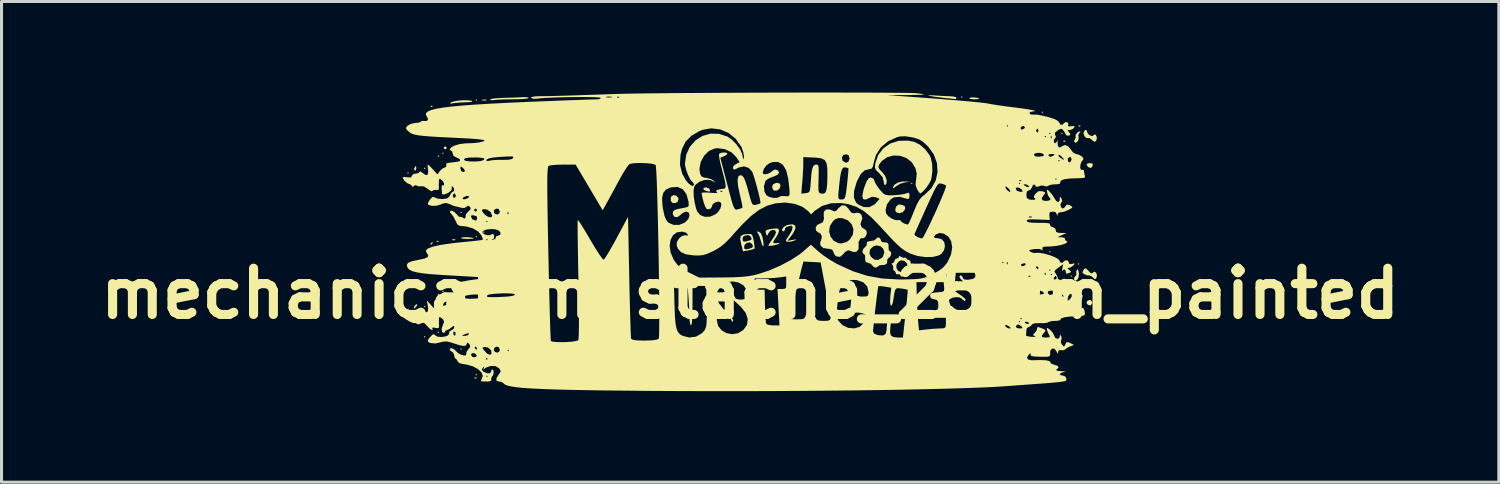
<source format=kicad_pcb>
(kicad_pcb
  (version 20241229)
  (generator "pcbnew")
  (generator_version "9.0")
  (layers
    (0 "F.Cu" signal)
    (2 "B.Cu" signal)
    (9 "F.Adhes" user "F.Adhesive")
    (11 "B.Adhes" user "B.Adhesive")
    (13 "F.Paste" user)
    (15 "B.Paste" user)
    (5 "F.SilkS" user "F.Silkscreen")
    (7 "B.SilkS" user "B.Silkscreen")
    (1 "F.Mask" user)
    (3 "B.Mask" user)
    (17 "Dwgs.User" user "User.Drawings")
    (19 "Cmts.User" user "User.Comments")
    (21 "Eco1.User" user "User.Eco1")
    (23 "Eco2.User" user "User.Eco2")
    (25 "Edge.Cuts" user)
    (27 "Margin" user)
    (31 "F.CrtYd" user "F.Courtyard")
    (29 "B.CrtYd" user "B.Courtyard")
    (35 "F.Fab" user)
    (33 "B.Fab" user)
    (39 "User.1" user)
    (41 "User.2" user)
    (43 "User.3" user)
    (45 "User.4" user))
  (footprint "mechanical_mustache_25mm_painted"
    (layer "F.Cu")
    (at 21.67 6.623)
    (property "Reference" "mechanical_mustache_25mm_painted" (at 0 0 0) (layer "F.SilkS") (effects (font (size 1.524 1.524) (thickness 0.3))))
    (attr board_only exclude_from_pos_files exclude_from_bom)
    (fp_poly (pts (xy -11.25 -3.975) (xy -11.275 -3.95) (xy -11.3 -3.975) (xy -11.275 -4)) (stroke (width 0) (type solid)) (fill yes) (layer "F.SilkS"))
    (fp_poly (pts (xy -11.25 0.525) (xy -11.275 0.55) (xy -11.3 0.525) (xy -11.275 0.5)) (stroke (width 0) (type solid)) (fill yes) (layer "F.SilkS"))
    (fp_poly (pts (xy -10.7 -4.125) (xy -10.725 -4.1) (xy -10.75 -4.125) (xy -10.725 -4.15)) (stroke (width 0) (type solid)) (fill yes) (layer "F.SilkS"))
    (fp_poly (pts (xy -10.7 0.425) (xy -10.725 0.45) (xy -10.75 0.425) (xy -10.725 0.4)) (stroke (width 0) (type solid)) (fill yes) (layer "F.SilkS"))
    (fp_poly (pts (xy -10.7 1.425) (xy -10.725 1.45) (xy -10.75 1.425) (xy -10.725 1.4)) (stroke (width 0) (type solid)) (fill yes) (layer "F.SilkS"))
    (fp_poly (pts (xy -10.25 -4.525) (xy -10.275 -4.5) (xy -10.3 -4.525) (xy -10.275 -4.55)) (stroke (width 0) (type solid)) (fill yes) (layer "F.SilkS"))
    (fp_poly (pts (xy -10.25 0.025) (xy -10.275 0.05) (xy -10.3 0.025) (xy -10.275 0)) (stroke (width 0) (type solid)) (fill yes) (layer "F.SilkS"))
    (fp_poly (pts (xy -10.25 1.275) (xy -10.275 1.3) (xy -10.3 1.275) (xy -10.275 1.25)) (stroke (width 0) (type solid)) (fill yes) (layer "F.SilkS"))
    (fp_poly (pts (xy -10.1 -4.625) (xy -10.125 -4.6) (xy -10.15 -4.625) (xy -10.125 -4.65)) (stroke (width 0) (type solid)) (fill yes) (layer "F.SilkS"))
    (fp_poly (pts (xy -10.1 -0.075) (xy -10.125 -0.05) (xy -10.15 -0.075) (xy -10.125 -0.1)) (stroke (width 0) (type solid)) (fill yes) (layer "F.SilkS"))
    (fp_poly (pts (xy -9.5 -2.675) (xy -9.525 -2.65) (xy -9.55 -2.675) (xy -9.525 -2.7)) (stroke (width 0) (type solid)) (fill yes) (layer "F.SilkS"))
    (fp_poly (pts (xy -9.5 1.825) (xy -9.525 1.85) (xy -9.55 1.825) (xy -9.525 1.8)) (stroke (width 0) (type solid)) (fill yes) (layer "F.SilkS"))
    (fp_poly (pts (xy -9 -6.375) (xy -9.025 -6.35) (xy -9.05 -6.375) (xy -9.025 -6.4)) (stroke (width 0) (type solid)) (fill yes) (layer "F.SilkS"))
    (fp_poly (pts (xy -9 -1.875) (xy -9.025 -1.85) (xy -9.05 -1.875) (xy -9.025 -1.9)) (stroke (width 0) (type solid)) (fill yes) (layer "F.SilkS"))
    (fp_poly (pts (xy -9 2.675) (xy -9.025 2.7) (xy -9.05 2.675) (xy -9.025 2.65)) (stroke (width 0) (type solid)) (fill yes) (layer "F.SilkS"))
    (fp_poly (pts (xy -8.75 -2.025) (xy -8.775 -2) (xy -8.8 -2.025) (xy -8.775 -2.05)) (stroke (width 0) (type solid)) (fill yes) (layer "F.SilkS"))
    (fp_poly (pts (xy 5.35 -3.625) (xy 5.325 -3.6) (xy 5.3 -3.625) (xy 5.325 -3.65)) (stroke (width 0) (type solid)) (fill yes) (layer "F.SilkS"))
    (fp_poly (pts (xy 7 -6.475) (xy 6.975 -6.45) (xy 6.95 -6.475) (xy 6.975 -6.5)) (stroke (width 0) (type solid)) (fill yes) (layer "F.SilkS"))
    (fp_poly (pts (xy 9.65 -5.975) (xy 9.625 -5.95) (xy 9.6 -5.975) (xy 9.625 -6)) (stroke (width 0) (type solid)) (fill yes) (layer "F.SilkS"))
    (fp_poly (pts (xy 9.9 -1.375) (xy 9.875 -1.35) (xy 9.85 -1.375) (xy 9.875 -1.4)) (stroke (width 0) (type solid)) (fill yes) (layer "F.SilkS"))
    (fp_poly (pts (xy 10.3 -5.275) (xy 10.275 -5.25) (xy 10.25 -5.275) (xy 10.275 -5.3)) (stroke (width 0) (type solid)) (fill yes) (layer "F.SilkS"))
    (fp_poly (pts (xy 10.6 -0.575) (xy 10.575 -0.55) (xy 10.55 -0.575) (xy 10.575 -0.6)) (stroke (width 0) (type solid)) (fill yes) (layer "F.SilkS"))
    (fp_poly (pts (xy 10.85 -0.975) (xy 10.825 -0.95) (xy 10.8 -0.975) (xy 10.825 -1)) (stroke (width 0) (type solid)) (fill yes) (layer "F.SilkS"))
    (fp_poly (pts (xy -10.467 -6.183) (xy -10.474 -6.154) (xy -10.5 -6.15) (xy -10.541 -6.168) (xy -10.533 -6.183) (xy -10.474 -6.189)) (stroke (width 0) (type solid)) (fill yes) (layer "F.SilkS"))
    (fp_poly (pts (xy -10.267 -1.733) (xy -10.274 -1.704) (xy -10.3 -1.7) (xy -10.341 -1.718) (xy -10.333 -1.733) (xy -10.274 -1.739)) (stroke (width 0) (type solid)) (fill yes) (layer "F.SilkS"))
    (fp_poly (pts (xy -10.017 -0.283) (xy -10.024 -0.254) (xy -10.05 -0.25) (xy -10.091 -0.268) (xy -10.083 -0.283) (xy -10.024 -0.289)) (stroke (width 0) (type solid)) (fill yes) (layer "F.SilkS"))
    (fp_poly (pts (xy -9.714 -1.78) (xy -9.728 -1.757) (xy -9.779 -1.754) (xy -9.833 -1.766) (xy -9.809 -1.784) (xy -9.731 -1.79)) (stroke (width 0) (type solid)) (fill yes) (layer "F.SilkS"))
    (fp_poly (pts (xy -9.017 2.767) (xy -9.024 2.796) (xy -9.05 2.8) (xy -9.091 2.782) (xy -9.083 2.767) (xy -9.024 2.761)) (stroke (width 0) (type solid)) (fill yes) (layer "F.SilkS"))
    (fp_poly (pts (xy 10.383 -5.033) (xy 10.376 -5.004) (xy 10.35 -5) (xy 10.309 -5.018) (xy 10.317 -5.033) (xy 10.376 -5.039)) (stroke (width 0) (type solid)) (fill yes) (layer "F.SilkS"))
    (fp_poly (pts (xy 10.383 -0.483) (xy 10.376 -0.454) (xy 10.35 -0.45) (xy 10.309 -0.468) (xy 10.317 -0.483) (xy 10.376 -0.489)) (stroke (width 0) (type solid)) (fill yes) (layer "F.SilkS"))
    (fp_poly (pts (xy 10.883 -5.533) (xy 10.876 -5.504) (xy 10.85 -5.5) (xy 10.809 -5.518) (xy 10.817 -5.533) (xy 10.876 -5.539)) (stroke (width 0) (type solid)) (fill yes) (layer "F.SilkS"))
    (fp_poly (pts (xy -11.002 -4.159) (xy -11 -4.125) (xy -11.026 -4.058) (xy -11.048 -4.05) (xy -11.076 -4.087) (xy -11.068 -4.125) (xy -11.033 -4.191) (xy -11.02 -4.2)) (stroke (width 0) (type solid)) (fill yes) (layer "F.SilkS"))
    (fp_poly (pts (xy -10.972 0.38) (xy -11 0.425) (xy -11.059 0.487) (xy -11.08 0.5) (xy -11.08 0.462) (xy -11.068 0.425) (xy -11.016 0.359) (xy -10.989 0.35)) (stroke (width 0) (type solid)) (fill yes) (layer "F.SilkS"))
    (fp_poly (pts (xy -10.466 -1.668) (xy -10.475 -1.65) (xy -10.522 -1.602) (xy -10.531 -1.6) (xy -10.534 -1.632) (xy -10.525 -1.65) (xy -10.478 -1.698) (xy -10.469 -1.7)) (stroke (width 0) (type solid)) (fill yes) (layer "F.SilkS"))
    (fp_poly (pts (xy -10.001 -4.812) (xy -10 -4.8) (xy -10.038 -4.751) (xy -10.05 -4.75) (xy -10.099 -4.788) (xy -10.1 -4.8) (xy -10.062 -4.849) (xy -10.05 -4.85)) (stroke (width 0) (type solid)) (fill yes) (layer "F.SilkS"))
    (fp_poly (pts (xy -8.687 -6.383) (xy -8.685 -6.366) (xy -8.763 -6.36) (xy -8.775 -6.36) (xy -8.853 -6.367) (xy -8.845 -6.382) (xy -8.837 -6.385) (xy -8.728 -6.392)) (stroke (width 0) (type solid)) (fill yes) (layer "F.SilkS"))
    (fp_poly (pts (xy -1.362 -3.465) (xy -1.332 -3.425) (xy -1.319 -3.371) (xy -1.356 -3.361) (xy -1.462 -3.384) (xy -1.54 -3.429) (xy -1.534 -3.479) (xy -1.455 -3.5)) (stroke (width 0) (type solid)) (fill yes) (layer "F.SilkS"))
    (fp_poly (pts (xy 11.289 -4.278) (xy 11.284 -4.207) (xy 11.261 -4.167) (xy 11.209 -4.135) (xy 11.138 -4.172) (xy 11.082 -4.241) (xy 11.118 -4.287) (xy 11.208 -4.3)) (stroke (width 0) (type solid)) (fill yes) (layer "F.SilkS"))
    (fp_poly (pts (xy 2.041 -0.052) (xy 2.05 0.053) (xy 2.03 0.163) (xy 1.985 0.2) (xy 1.942 0.161) (xy 1.939 0.038) (xy 1.94 0.025) (xy 1.97 -0.092) (xy 2.009 -0.116)) (stroke (width 0) (type solid)) (fill yes) (layer "F.SilkS"))
    (fp_poly (pts (xy 11.219 0.216) (xy 11.274 0.279) (xy 11.269 0.323) (xy 11.22 0.392) (xy 11.143 0.377) (xy 11.115 0.36) (xy 11.081 0.299) (xy 11.114 0.237) (xy 11.186 0.209)) (stroke (width 0) (type solid)) (fill yes) (layer "F.SilkS"))
    (fp_poly (pts (xy 0.976 -3.624) (xy 1 -3.552) (xy 0.965 -3.452) (xy 0.883 -3.392) (xy 0.793 -3.391) (xy 0.754 -3.42) (xy 0.72 -3.521) (xy 0.764 -3.609) (xy 0.871 -3.65) (xy 0.88 -3.65)) (stroke (width 0) (type solid)) (fill yes) (layer "F.SilkS"))
    (fp_poly (pts (xy -9.214 -1.848) (xy -9.121 -1.83) (xy -9.104 -1.82) (xy -9.136 -1.809) (xy -9.241 -1.801) (xy -9.325 -1.8) (xy -9.456 -1.806) (xy -9.527 -1.823) (xy -9.531 -1.836) (xy -9.464 -1.853) (xy -9.344 -1.857)) (stroke (width 0) (type solid)) (fill yes) (layer "F.SilkS"))
    (fp_poly (pts (xy -2.435 -3.225) (xy -2.369 -3.151) (xy -2.36 -3.118) (xy -2.384 -3.033) (xy -2.461 -2.984) (xy -2.55 -2.983) (xy -2.611 -3.04) (xy -2.615 -3.052) (xy -2.616 -3.159) (xy -2.6 -3.199) (xy -2.526 -3.245)) (stroke (width 0) (type solid)) (fill yes) (layer "F.SilkS"))
    (fp_poly (pts (xy 7.483 -6.45) (xy 7.546 -6.427) (xy 7.55 -6.419) (xy 7.506 -6.407) (xy 7.397 -6.4) (xy 7.372 -6.4) (xy 7.263 -6.41) (xy 7.218 -6.435) (xy 7.22 -6.442) (xy 7.275 -6.46) (xy 7.378 -6.462)) (stroke (width 0) (type solid)) (fill yes) (layer "F.SilkS"))
    (fp_poly (pts (xy 5.003 -2.922) (xy 5.011 -2.919) (xy 5.099 -2.872) (xy 5.108 -2.801) (xy 5.096 -2.763) (xy 5.026 -2.681) (xy 4.922 -2.649) (xy 4.825 -2.67) (xy 4.784 -2.72) (xy 4.789 -2.814) (xy 4.82 -2.877) (xy 4.895 -2.936)) (stroke (width 0) (type solid)) (fill yes) (layer "F.SilkS"))
    (fp_poly (pts (xy 5.275 -3.684) (xy 5.1 -3.663) (xy 4.944 -3.618) (xy 4.814 -3.539) (xy 4.812 -3.538) (xy 4.736 -3.48) (xy 4.7 -3.48) (xy 4.7 -3.484) (xy 4.745 -3.579) (xy 4.861 -3.654) (xy 5.018 -3.691) (xy 5.079 -3.692)) (stroke (width 0) (type solid)) (fill yes) (layer "F.SilkS"))
    (fp_poly (pts (xy 0.273 -2.04) (xy 0.352 -1.989) (xy 0.405 -1.857) (xy 0.412 -1.826) (xy 0.438 -1.664) (xy 0.44 -1.571) (xy 0.421 -1.554) (xy 0.387 -1.622) (xy 0.357 -1.724) (xy 0.309 -1.875) (xy 0.258 -1.984) (xy 0.234 -2.015) (xy 0.218 -2.042)) (stroke (width 0) (type solid)) (fill yes) (layer "F.SilkS"))
    (fp_poly (pts (xy 10.817 -0.756) (xy 10.835 -0.654) (xy 10.822 -0.536) (xy 10.776 -0.45) (xy 10.718 -0.42) (xy 10.673 -0.453) (xy 10.674 -0.526) (xy 10.696 -0.548) (xy 10.745 -0.609) (xy 10.747 -0.63) (xy 10.745 -0.736) (xy 10.775 -0.797) (xy 10.787 -0.8)) (stroke (width 0) (type solid)) (fill yes) (layer "F.SilkS"))
    (fp_poly (pts (xy -9.187 -6.352) (xy -9.175 -6.348) (xy -9.15 -6.324) (xy -9.219 -6.309) (xy -9.375 -6.303) (xy -9.561 -6.295) (xy -9.723 -6.281) (xy -9.8 -6.268) (xy -9.882 -6.256) (xy -9.876 -6.287) (xy -9.875 -6.289) (xy -9.793 -6.325) (xy -9.647 -6.353) (xy -9.473 -6.369) (xy -9.308 -6.369)) (stroke (width 0) (type solid)) (fill yes) (layer "F.SilkS"))
    (fp_poly (pts (xy 10.887 -5.33) (xy 10.857 -5.305) (xy 10.813 -5.225) (xy 10.821 -5.163) (xy 10.819 -5.075) (xy 10.778 -5.001) (xy 10.72 -4.968) (xy 10.679 -4.994) (xy 10.684 -5.06) (xy 10.7 -5.075) (xy 10.729 -5.136) (xy 10.722 -5.156) (xy 10.725 -5.229) (xy 10.782 -5.308) (xy 10.861 -5.349) (xy 10.869 -5.349)) (stroke (width 0) (type solid)) (fill yes) (layer "F.SilkS"))
    (fp_poly (pts (xy 6.1 -6.526) (xy 6.305 -6.513) (xy 6.509 -6.504) (xy 6.588 -6.502) (xy 6.717 -6.49) (xy 6.792 -6.463) (xy 6.8 -6.45) (xy 6.772 -6.407) (xy 6.763 -6.407) (xy 6.698 -6.415) (xy 6.561 -6.43) (xy 6.378 -6.45) (xy 6.33 -6.455) (xy 6.124 -6.479) (xy 5.974 -6.502) (xy 5.89 -6.521) (xy 5.879 -6.533) (xy 5.95 -6.535)) (stroke (width 0) (type solid)) (fill yes) (layer "F.SilkS"))
    (fp_poly (pts (xy -7.352 -6.469) (xy -7.301 -6.445) (xy -7.3 -6.442) (xy -7.347 -6.425) (xy -7.473 -6.411) (xy -7.659 -6.403) (xy -7.846 -6.4) (xy -8.076 -6.398) (xy -8.272 -6.391) (xy -8.412 -6.381) (xy -8.466 -6.372) (xy -8.546 -6.371) (xy -8.569 -6.39) (xy -8.536 -6.413) (xy -8.417 -6.432) (xy -8.226 -6.445) (xy -8.112 -6.449) (xy -7.881 -6.455) (xy -7.67 -6.462) (xy -7.511 -6.469) (xy -7.463 -6.472)) (stroke (width 0) (type solid)) (fill yes) (layer "F.SilkS"))
    (fp_poly (pts (xy 11.098 -0.801) (xy 11.146 -0.747) (xy 11.225 -0.67) (xy 11.276 -0.672) (xy 11.291 -0.69) (xy 11.347 -0.721) (xy 11.4 -0.683) (xy 11.428 -0.607) (xy 11.413 -0.524) (xy 11.37 -0.47) (xy 11.322 -0.499) (xy 11.302 -0.523) (xy 11.224 -0.584) (xy 11.181 -0.593) (xy 11.093 -0.603) (xy 11 -0.642) (xy 10.951 -0.688) (xy 10.951 -0.693) (xy 10.975 -0.758) (xy 10.997 -0.797) (xy 11.04 -0.835)) (stroke (width 0) (type solid)) (fill yes) (layer "F.SilkS"))
    (fp_poly (pts (xy 11.1 -5.337) (xy 11.132 -5.264) (xy 11.204 -5.207) (xy 11.278 -5.188) (xy 11.315 -5.214) (xy 11.354 -5.248) (xy 11.395 -5.221) (xy 11.425 -5.145) (xy 11.411 -5.055) (xy 11.363 -5.002) (xy 11.351 -5) (xy 11.29 -5.034) (xy 11.25 -5.074) (xy 11.18 -5.124) (xy 11.145 -5.122) (xy 11.075 -5.125) (xy 11.012 -5.191) (xy 10.985 -5.282) (xy 10.988 -5.311) (xy 11.03 -5.385) (xy 11.079 -5.394)) (stroke (width 0) (type solid)) (fill yes) (layer "F.SilkS"))
    (fp_poly (pts (xy 1.481 -2.243) (xy 1.493 -2.147) (xy 1.423 -1.999) (xy 1.364 -1.915) (xy 1.228 -1.737) (xy 1.402 -1.769) (xy 1.502 -1.783) (xy 1.51 -1.772) (xy 1.475 -1.753) (xy 1.351 -1.713) (xy 1.244 -1.704) (xy 1.18 -1.725) (xy 1.18 -1.762) (xy 1.233 -1.847) (xy 1.308 -1.958) (xy 1.378 -2.087) (xy 1.399 -2.187) (xy 1.369 -2.236) (xy 1.321 -2.23) (xy 1.226 -2.203) (xy 1.196 -2.2) (xy 1.155 -2.159) (xy 1.15 -2.125) (xy 1.121 -2.058) (xy 1.096 -2.05) (xy 1.048 -2.076) (xy 1.062 -2.137) (xy 1.123 -2.205) (xy 1.215 -2.256) (xy 1.225 -2.259) (xy 1.391 -2.282)) (stroke (width 0) (type solid)) (fill yes) (layer "F.SilkS"))
    (fp_poly (pts (xy 0.935 -2.128) (xy 0.949 -2.071) (xy 0.949 -2.069) (xy 0.918 -1.964) (xy 0.85 -1.85) (xy 0.769 -1.73) (xy 0.765 -1.667) (xy 0.838 -1.657) (xy 0.879 -1.663) (xy 0.959 -1.669) (xy 0.966 -1.65) (xy 0.896 -1.617) (xy 0.787 -1.588) (xy 0.677 -1.572) (xy 0.608 -1.575) (xy 0.6 -1.584) (xy 0.628 -1.64) (xy 0.697 -1.742) (xy 0.725 -1.779) (xy 0.805 -1.902) (xy 0.848 -2.003) (xy 0.85 -2.022) (xy 0.816 -2.087) (xy 0.739 -2.098) (xy 0.654 -2.058) (xy 0.603 -1.988) (xy 0.568 -1.912) (xy 0.541 -1.926) (xy 0.524 -1.965) (xy 0.504 -2.043) (xy 0.538 -2.09) (xy 0.641 -2.12) (xy 0.746 -2.136) (xy 0.876 -2.147)) (stroke (width 0) (type solid)) (fill yes) (layer "F.SilkS"))
    (fp_poly (pts (xy 0.06 -1.935) (xy 0.093 -1.851) (xy 0.117 -1.735) (xy 0.139 -1.593) (xy 0.147 -1.497) (xy 0.143 -1.477) (xy 0.087 -1.457) (xy -0.029 -1.43) (xy -0.055 -1.425) (xy -0.236 -1.391) (xy -0.275 -1.547) (xy -0.2 -1.547) (xy -0.19 -1.475) (xy -0.142 -1.455) (xy -0.03 -1.477) (xy -0.013 -1.482) (xy 0.081 -1.521) (xy 0.088 -1.583) (xy 0.055 -1.643) (xy -0.019 -1.687) (xy -0.114 -1.668) (xy -0.185 -1.602) (xy -0.2 -1.547) (xy -0.275 -1.547) (xy -0.296 -1.628) (xy -0.328 -1.795) (xy -0.25 -1.795) (xy -0.236 -1.722) (xy -0.173 -1.711) (xy -0.113 -1.724) (xy -0.009 -1.753) (xy 0.039 -1.772) (xy 0.042 -1.831) (xy -0.006 -1.898) (xy -0.07 -1.931) (xy -0.086 -1.928) (xy -0.179 -1.902) (xy -0.204 -1.9) (xy -0.241 -1.858) (xy -0.25 -1.795) (xy -0.328 -1.795) (xy -0.328 -1.797) (xy -0.31 -1.894) (xy -0.23 -1.942) (xy -0.101 -1.961) (xy 0.003 -1.964)) (stroke (width 0) (type solid)) (fill yes) (layer "F.SilkS"))
    (fp_poly (pts (xy 5.402 -5) (xy 5.587 -4.909) (xy 5.766 -4.754) (xy 5.907 -4.567) (xy 5.951 -4.475) (xy 5.996 -4.271) (xy 6.003 -4.027) (xy 5.973 -3.799) (xy 5.95 -3.724) (xy 5.891 -3.613) (xy 5.802 -3.487) (xy 5.706 -3.376) (xy 5.627 -3.309) (xy 5.603 -3.3) (xy 5.562 -3.339) (xy 5.501 -3.434) (xy 5.499 -3.438) (xy 5.45 -3.576) (xy 5.463 -3.734) (xy 5.469 -3.759) (xy 5.489 -3.954) (xy 5.444 -4.133) (xy 5.323 -4.33) (xy 5.147 -4.466) (xy 4.938 -4.539) (xy 4.718 -4.548) (xy 4.509 -4.491) (xy 4.334 -4.365) (xy 4.247 -4.244) (xy 4.225 -4.168) (xy 4.262 -4.09) (xy 4.347 -4.003) (xy 4.449 -3.873) (xy 4.499 -3.737) (xy 4.49 -3.623) (xy 4.45 -3.575) (xy 4.414 -3.594) (xy 4.4 -3.691) (xy 4.4 -3.693) (xy 4.362 -3.839) (xy 4.245 -3.972) (xy 4.145 -4.069) (xy 4.11 -4.158) (xy 4.123 -4.287) (xy 4.123 -4.289) (xy 4.219 -4.566) (xy 4.389 -4.787) (xy 4.619 -4.945) (xy 4.894 -5.032) (xy 5.201 -5.039)) (stroke (width 0) (type solid)) (fill yes) (layer "F.SilkS"))
    (fp_poly (pts (xy 4.956 -1.214) (xy 5.044 -1.178) (xy 5.081 -1.184) (xy 5.141 -1.179) (xy 5.15 -1.155) (xy 5.187 -1.112) (xy 5.21 -1.113) (xy 5.271 -1.086) (xy 5.279 -1.062) (xy 5.296 -0.975) (xy 5.3 -0.963) (xy 5.304 -0.849) (xy 5.265 -0.733) (xy 5.2 -0.645) (xy 5.125 -0.616) (xy 5.1 -0.625) (xy 5.054 -0.621) (xy 5.05 -0.603) (xy 5.014 -0.552) (xy 5 -0.55) (xy 4.952 -0.589) (xy 4.95 -0.605) (xy 4.914 -0.639) (xy 4.875 -0.632) (xy 4.81 -0.64) (xy 4.8 -0.677) (xy 4.77 -0.742) (xy 4.745 -0.75) (xy 4.71 -0.786) (xy 4.716 -0.819) (xy 4.713 -0.855) (xy 4.814 -0.855) (xy 4.865 -0.754) (xy 4.972 -0.702) (xy 5 -0.7) (xy 5.106 -0.736) (xy 5.148 -0.773) (xy 5.192 -0.884) (xy 5.165 -0.993) (xy 5.088 -1.072) (xy 4.983 -1.095) (xy 4.912 -1.069) (xy 4.827 -0.971) (xy 4.814 -0.855) (xy 4.713 -0.855) (xy 4.708 -0.911) (xy 4.686 -0.944) (xy 4.657 -0.991) (xy 4.69 -1) (xy 4.743 -1.04) (xy 4.75 -1.075) (xy 4.79 -1.141) (xy 4.825 -1.15) (xy 4.891 -1.182) (xy 4.9 -1.21) (xy 4.917 -1.244)) (stroke (width 0) (type solid)) (fill yes) (layer "F.SilkS"))
    (fp_poly (pts (xy 4.264 -1.838) (xy 4.3 -1.776) (xy 4.3 -1.775) (xy 4.334 -1.705) (xy 4.362 -1.694) (xy 4.47 -1.684) (xy 4.5 -1.682) (xy 4.556 -1.635) (xy 4.561 -1.538) (xy 4.566 -1.438) (xy 4.598 -1.4) (xy 4.644 -1.364) (xy 4.645 -1.285) (xy 4.608 -1.208) (xy 4.57 -1.18) (xy 4.515 -1.119) (xy 4.518 -1.076) (xy 4.509 -0.992) (xy 4.429 -0.943) (xy 4.342 -0.941) (xy 4.253 -0.926) (xy 4.226 -0.902) (xy 4.15 -0.853) (xy 4.065 -0.877) (xy 4.033 -0.921) (xy 3.967 -0.984) (xy 3.891 -1.009) (xy 3.807 -1.041) (xy 3.787 -1.125) (xy 3.789 -1.163) (xy 3.784 -1.262) (xy 3.752 -1.3) (xy 3.728 -1.319) (xy 3.931 -1.319) (xy 3.975 -1.218) (xy 4.088 -1.12) (xy 4.221 -1.107) (xy 4.345 -1.18) (xy 4.377 -1.222) (xy 4.42 -1.357) (xy 4.384 -1.478) (xy 4.291 -1.561) (xy 4.162 -1.586) (xy 4.058 -1.554) (xy 3.947 -1.451) (xy 3.931 -1.319) (xy 3.728 -1.319) (xy 3.707 -1.336) (xy 3.705 -1.415) (xy 3.741 -1.493) (xy 3.777 -1.519) (xy 3.836 -1.586) (xy 3.84 -1.637) (xy 3.854 -1.703) (xy 3.942 -1.728) (xy 3.973 -1.73) (xy 4.084 -1.751) (xy 4.139 -1.793) (xy 4.193 -1.845)) (stroke (width 0) (type solid)) (fill yes) (layer "F.SilkS"))
    (fp_poly (pts (xy 3.131 -2.9) (xy 3.237 -2.802) (xy 3.269 -2.748) (xy 3.338 -2.664) (xy 3.404 -2.643) (xy 3.544 -2.665) (xy 3.63 -2.633) (xy 3.668 -2.588) (xy 3.697 -2.475) (xy 3.672 -2.413) (xy 3.635 -2.283) (xy 3.677 -2.178) (xy 3.753 -2.135) (xy 3.831 -2.073) (xy 3.845 -1.971) (xy 3.793 -1.867) (xy 3.775 -1.85) (xy 3.715 -1.815) (xy 3.7 -1.825) (xy 3.669 -1.829) (xy 3.623 -1.798) (xy 3.568 -1.691) (xy 3.575 -1.6) (xy 3.571 -1.464) (xy 3.507 -1.38) (xy 3.404 -1.366) (xy 3.344 -1.392) (xy 3.233 -1.426) (xy 3.13 -1.373) (xy 3.06 -1.291) (xy 2.958 -1.208) (xy 2.841 -1.225) (xy 2.818 -1.238) (xy 2.762 -1.314) (xy 2.742 -1.375) (xy 2.701 -1.447) (xy 2.599 -1.474) (xy 2.554 -1.475) (xy 2.404 -1.505) (xy 2.316 -1.583) (xy 2.308 -1.692) (xy 2.328 -1.737) (xy 2.365 -1.868) (xy 2.321 -1.973) (xy 2.243 -2.016) (xy 2.205 -2.046) (xy 2.602 -2.046) (xy 2.646 -1.878) (xy 2.75 -1.742) (xy 2.905 -1.661) (xy 3 -1.65) (xy 3.175 -1.697) (xy 3.277 -1.773) (xy 3.383 -1.938) (xy 3.403 -2.115) (xy 3.347 -2.282) (xy 3.222 -2.412) (xy 3.041 -2.482) (xy 2.899 -2.489) (xy 2.793 -2.441) (xy 2.729 -2.383) (xy 2.626 -2.223) (xy 2.602 -2.046) (xy 2.205 -2.046) (xy 2.17 -2.075) (xy 2.157 -2.168) (xy 2.202 -2.255) (xy 2.275 -2.293) (xy 2.393 -2.349) (xy 2.433 -2.464) (xy 2.423 -2.555) (xy 2.428 -2.695) (xy 2.501 -2.771) (xy 2.624 -2.771) (xy 2.682 -2.746) (xy 2.775 -2.707) (xy 2.839 -2.729) (xy 2.907 -2.811) (xy 3.017 -2.904)) (stroke (width 0) (type solid)) (fill yes) (layer "F.SilkS"))
    (fp_poly (pts (xy 2.851 -6.623) (xy 3.392 -6.622) (xy 3.891 -6.621) (xy 4.338 -6.619) (xy 4.725 -6.616) (xy 5.042 -6.613) (xy 5.281 -6.609) (xy 5.434 -6.604) (xy 5.475 -6.601) (xy 5.638 -6.583) (xy 5.718 -6.568) (xy 5.712 -6.558) (xy 5.617 -6.55) (xy 5.429 -6.545) (xy 5.144 -6.541) (xy 5.075 -6.541) (xy 4.525 -6.538) (xy 5.075 -6.498) (xy 5.765 -6.448) (xy 6.357 -6.403) (xy 6.851 -6.363) (xy 7.248 -6.328) (xy 7.55 -6.298) (xy 7.756 -6.274) (xy 7.853 -6.258) (xy 8.001 -6.231) (xy 8.214 -6.198) (xy 8.455 -6.165) (xy 8.575 -6.15) (xy 8.888 -6.11) (xy 9.132 -6.075) (xy 9.299 -6.045) (xy 9.384 -6.023) (xy 9.38 -6.009) (xy 9.338 -6.005) (xy 9.238 -5.986) (xy 9.2 -5.95) (xy 9.244 -5.9) (xy 9.37 -5.895) (xy 9.396 -5.898) (xy 9.477 -5.891) (xy 9.623 -5.863) (xy 9.804 -5.821) (xy 9.808 -5.819) (xy 10.022 -5.753) (xy 10.144 -5.686) (xy 10.178 -5.64) (xy 10.231 -5.56) (xy 10.298 -5.568) (xy 10.325 -5.6) (xy 10.389 -5.648) (xy 10.457 -5.643) (xy 10.485 -5.592) (xy 10.48 -5.569) (xy 10.475 -5.513) (xy 10.541 -5.506) (xy 10.574 -5.512) (xy 10.677 -5.523) (xy 10.69 -5.493) (xy 10.637 -5.43) (xy 10.545 -5.387) (xy 10.5 -5.39) (xy 10.452 -5.395) (xy 10.485 -5.349) (xy 10.488 -5.346) (xy 10.541 -5.27) (xy 10.55 -5.24) (xy 10.513 -5.206) (xy 10.442 -5.204) (xy 10.399 -5.234) (xy 10.398 -5.237) (xy 10.37 -5.303) (xy 10.328 -5.366) (xy 10.272 -5.426) (xy 10.215 -5.424) (xy 10.128 -5.373) (xy 10.043 -5.299) (xy 10.041 -5.237) (xy 10.052 -5.223) (xy 10.077 -5.153) (xy 10.052 -5.127) (xy 10.008 -5.064) (xy 10.005 -4.988) (xy 10.045 -4.95) (xy 10.046 -4.95) (xy 10.098 -4.991) (xy 10.12 -5.037) (xy 10.133 -5.06) (xy 10.131 -4.995) (xy 10.13 -4.986) (xy 10.137 -4.864) (xy 10.185 -4.81) (xy 10.258 -4.838) (xy 10.264 -4.844) (xy 10.371 -4.897) (xy 10.478 -4.854) (xy 10.56 -4.75) (xy 10.642 -4.647) (xy 10.728 -4.599) (xy 10.735 -4.598) (xy 10.836 -4.574) (xy 10.927 -4.519) (xy 10.981 -4.457) (xy 10.971 -4.411) (xy 10.913 -4.339) (xy 10.88 -4.239) (xy 10.875 -4.142) (xy 10.899 -4.078) (xy 10.953 -4.077) (xy 10.955 -4.078) (xy 10.994 -4.065) (xy 11 -4.032) (xy 11.018 -3.919) (xy 11.03 -3.879) (xy 11.033 -3.833) (xy 10.981 -3.809) (xy 10.857 -3.801) (xy 10.787 -3.8) (xy 10.519 -3.79) (xy 10.332 -3.762) (xy 10.233 -3.717) (xy 10.221 -3.668) (xy 10.211 -3.622) (xy 10.124 -3.602) (xy 10.051 -3.6) (xy 9.919 -3.588) (xy 9.834 -3.559) (xy 9.825 -3.55) (xy 9.759 -3.527) (xy 9.708 -3.546) (xy 9.583 -3.56) (xy 9.526 -3.538) (xy 9.443 -3.51) (xy 9.411 -3.542) (xy 9.366 -3.598) (xy 9.313 -3.566) (xy 9.286 -3.5) (xy 9.231 -3.419) (xy 9.18 -3.4) (xy 9.117 -3.36) (xy 9.1 -3.256) (xy 9.116 -3.15) (xy 9.186 -3.102) (xy 9.25 -3.089) (xy 9.354 -3.088) (xy 9.404 -3.111) (xy 9.38 -3.147) (xy 9.354 -3.158) (xy 9.348 -3.203) (xy 9.399 -3.287) (xy 9.401 -3.289) (xy 9.498 -3.371) (xy 9.615 -3.373) (xy 9.624 -3.371) (xy 9.713 -3.341) (xy 9.715 -3.299) (xy 9.677 -3.253) (xy 9.607 -3.144) (xy 9.628 -3.076) (xy 9.739 -3.05) (xy 9.75 -3.05) (xy 9.862 -3.069) (xy 9.902 -3.115) (xy 9.856 -3.171) (xy 9.814 -3.237) (xy 9.788 -3.326) (xy 9.775 -3.414) (xy 9.803 -3.415) (xy 9.858 -3.367) (xy 9.956 -3.253) (xy 10.014 -3.157) (xy 10.088 -3.047) (xy 10.154 -3.013) (xy 10.195 -3.058) (xy 10.202 -3.108) (xy 10.207 -3.188) (xy 10.231 -3.174) (xy 10.257 -3.132) (xy 10.286 -3.044) (xy 10.254 -3.003) (xy 10.224 -2.938) (xy 10.241 -2.853) (xy 10.292 -2.801) (xy 10.303 -2.8) (xy 10.36 -2.838) (xy 10.39 -2.881) (xy 10.441 -2.933) (xy 10.52 -2.915) (xy 10.546 -2.902) (xy 10.611 -2.862) (xy 10.611 -2.829) (xy 10.535 -2.781) (xy 10.474 -2.75) (xy 10.343 -2.696) (xy 10.243 -2.679) (xy 10.225 -2.682) (xy 10.16 -2.663) (xy 10.135 -2.616) (xy 10.116 -2.554) (xy 10.108 -2.589) (xy 10.106 -2.612) (xy 10.06 -2.684) (xy 9.973 -2.7) (xy 9.882 -2.685) (xy 9.857 -2.62) (xy 9.861 -2.562) (xy 9.875 -2.425) (xy 9.482 -2.44) (xy 9.28 -2.445) (xy 9.162 -2.437) (xy 9.113 -2.414) (xy 9.112 -2.39) (xy 9.159 -2.354) (xy 9.28 -2.335) (xy 9.487 -2.33) (xy 9.519 -2.33) (xy 9.72 -2.329) (xy 9.836 -2.317) (xy 9.881 -2.292) (xy 9.88 -2.271) (xy 9.901 -2.213) (xy 9.965 -2.191) (xy 10.054 -2.144) (xy 10.068 -2.087) (xy 10.086 -2.027) (xy 10.169 -2.001) (xy 10.243 -1.998) (xy 10.425 -1.995) (xy 10.125 -1.858) (xy 10.265 -1.854) (xy 10.358 -1.836) (xy 10.375 -1.8) (xy 10.379 -1.754) (xy 10.397 -1.75) (xy 10.448 -1.715) (xy 10.45 -1.702) (xy 10.404 -1.655) (xy 10.285 -1.611) (xy 10.118 -1.574) (xy 9.93 -1.553) (xy 9.839 -1.55) (xy 9.697 -1.545) (xy 9.634 -1.524) (xy 9.627 -1.477) (xy 9.631 -1.462) (xy 9.64 -1.411) (xy 9.616 -1.434) (xy 9.532 -1.471) (xy 9.368 -1.466) (xy 9.361 -1.465) (xy 9.235 -1.444) (xy 9.193 -1.42) (xy 9.223 -1.383) (xy 9.233 -1.375) (xy 9.346 -1.335) (xy 9.412 -1.339) (xy 9.529 -1.342) (xy 9.691 -1.315) (xy 9.868 -1.265) (xy 10.029 -1.204) (xy 10.146 -1.14) (xy 10.187 -1.093) (xy 10.235 -1.01) (xy 10.298 -1.017) (xy 10.325 -1.05) (xy 10.394 -1.097) (xy 10.469 -1.083) (xy 10.5 -1.022) (xy 10.525 -0.968) (xy 10.612 -0.979) (xy 10.688 -0.997) (xy 10.683 -0.967) (xy 10.656 -0.932) (xy 10.564 -0.864) (xy 10.506 -0.848) (xy 10.455 -0.84) (xy 10.484 -0.803) (xy 10.514 -0.779) (xy 10.573 -0.725) (xy 10.551 -0.693) (xy 10.522 -0.681) (xy 10.433 -0.653) (xy 10.403 -0.678) (xy 10.4 -0.725) (xy 10.372 -0.792) (xy 10.314 -0.784) (xy 10.281 -0.738) (xy 10.271 -0.734) (xy 10.282 -0.809) (xy 10.285 -0.821) (xy 10.315 -0.968) (xy 10.155 -0.853) (xy 10.055 -0.776) (xy 10.027 -0.724) (xy 10.061 -0.666) (xy 10.078 -0.646) (xy 10.136 -0.531) (xy 10.136 -0.452) (xy 10.134 -0.35) (xy 10.202 -0.319) (xy 10.317 -0.347) (xy 10.405 -0.368) (xy 10.468 -0.335) (xy 10.541 -0.23) (xy 10.545 -0.222) (xy 10.628 -0.113) (xy 10.707 -0.053) (xy 10.724 -0.05) (xy 10.829 -0.024) (xy 10.893 0.007) (xy 10.953 0.059) (xy 10.951 0.126) (xy 10.917 0.201) (xy 10.882 0.313) (xy 10.88 0.415) (xy 10.908 0.477) (xy 10.95 0.475) (xy 10.988 0.495) (xy 11.019 0.571) (xy 11.031 0.66) (xy 11.02 0.709) (xy 10.959 0.733) (xy 10.833 0.748) (xy 10.753 0.75) (xy 10.541 0.758) (xy 10.37 0.78) (xy 10.259 0.813) (xy 10.226 0.851) (xy 10.229 0.856) (xy 10.202 0.883) (xy 10.104 0.899) (xy 10.056 0.9) (xy 9.923 0.91) (xy 9.839 0.935) (xy 9.829 0.944) (xy 9.768 0.967) (xy 9.641 0.977) (xy 9.554 0.975) (xy 9.38 0.979) (xy 9.292 1.012) (xy 9.279 1.032) (xy 9.213 1.093) (xy 9.177 1.1) (xy 9.115 1.143) (xy 9.1 1.225) (xy 9.095 1.332) (xy 9.088 1.381) (xy 9.124 1.403) (xy 9.229 1.422) (xy 9.275 1.427) (xy 9.381 1.429) (xy 9.403 1.416) (xy 9.383 1.406) (xy 9.32 1.371) (xy 9.345 1.326) (xy 9.37 1.304) (xy 9.436 1.219) (xy 9.45 1.169) (xy 9.456 1.116) (xy 9.493 1.106) (xy 9.588 1.136) (xy 9.628 1.151) (xy 9.719 1.193) (xy 9.726 1.237) (xy 9.682 1.293) (xy 9.611 1.387) (xy 9.626 1.435) (xy 9.731 1.45) (xy 9.756 1.45) (xy 9.859 1.44) (xy 9.876 1.407) (xy 9.863 1.387) (xy 9.812 1.289) (xy 9.787 1.214) (xy 9.774 1.14) (xy 9.801 1.136) (xy 9.877 1.189) (xy 9.969 1.286) (xy 10.01 1.374) (xy 10.052 1.457) (xy 10.121 1.492) (xy 10.182 1.472) (xy 10.201 1.416) (xy 10.209 1.357) (xy 10.243 1.391) (xy 10.248 1.398) (xy 10.265 1.495) (xy 10.248 1.527) (xy 10.237 1.613) (xy 10.272 1.679) (xy 10.328 1.745) (xy 10.36 1.728) (xy 10.384 1.672) (xy 10.425 1.604) (xy 10.489 1.605) (xy 10.548 1.632) (xy 10.671 1.695) (xy 10.54 1.744) (xy 10.433 1.797) (xy 10.38 1.842) (xy 10.314 1.871) (xy 10.25 1.864) (xy 10.169 1.868) (xy 10.147 1.932) (xy 10.139 1.985) (xy 10.114 1.949) (xy 10.097 1.909) (xy 10.028 1.819) (xy 9.948 1.812) (xy 9.892 1.88) (xy 9.884 1.959) (xy 9.884 2.028) (xy 9.859 2.066) (xy 9.788 2.082) (xy 9.649 2.084) (xy 9.553 2.082) (xy 9.371 2.075) (xy 9.272 2.059) (xy 9.237 2.029) (xy 9.241 2) (xy 9.246 1.96) (xy 9.199 1.995) (xy 9.182 2.012) (xy 9.122 2.107) (xy 9.155 2.172) (xy 9.271 2.199) (xy 9.318 2.198) (xy 9.581 2.191) (xy 9.768 2.203) (xy 9.871 2.231) (xy 9.887 2.26) (xy 9.921 2.309) (xy 10.021 2.347) (xy 10.025 2.348) (xy 10.14 2.388) (xy 10.158 2.445) (xy 10.092 2.506) (xy 10.088 2.535) (xy 10.18 2.553) (xy 10.25 2.557) (xy 10.367 2.565) (xy 10.384 2.576) (xy 10.338 2.586) (xy 10.235 2.619) (xy 10.202 2.663) (xy 10.245 2.695) (xy 10.295 2.7) (xy 10.381 2.732) (xy 10.425 2.801) (xy 10.406 2.869) (xy 10.392 2.88) (xy 10.324 2.896) (xy 10.178 2.916) (xy 9.974 2.937) (xy 9.735 2.956) (xy 9.732 2.957) (xy 9.428 2.979) (xy 9.073 3.005) (xy 8.714 3.031) (xy 8.45 3.051) (xy 8.074 3.075) (xy 7.606 3.097) (xy 7.053 3.117) (xy 6.424 3.136) (xy 5.726 3.153) (xy 4.968 3.169) (xy 4.157 3.182) (xy 3.3 3.193) (xy 2.406 3.202) (xy 1.483 3.209) (xy 0.538 3.214) (xy -0.42 3.216) (xy -1.384 3.216) (xy -2.347 3.213) (xy -3.299 3.208) (xy -4.234 3.199) (xy -4.475 3.197) (xy -5.197 3.187) (xy -5.824 3.176) (xy -6.362 3.163) (xy -6.817 3.147) (xy -7.193 3.129) (xy -7.497 3.108) (xy -7.734 3.083) (xy -7.91 3.054) (xy -8.03 3.022) (xy -8.099 2.984) (xy -8.115 2.966) (xy -8.192 2.914) (xy -8.276 2.9) (xy -8.36 2.872) (xy -8.362 2.792) (xy -8.284 2.666) (xy -8.264 2.642) (xy -8.221 2.57) (xy -8.247 2.499) (xy -8.28 2.458) (xy -8.397 2.39) (xy -8.554 2.386) (xy -8.712 2.445) (xy -8.747 2.47) (xy -8.796 2.499) (xy -8.78 2.455) (xy -8.777 2.45) (xy -8.756 2.402) (xy -8.793 2.429) (xy -8.805 2.441) (xy -8.845 2.5) (xy -8.807 2.556) (xy -8.776 2.58) (xy -8.671 2.629) (xy -8.58 2.629) (xy -8.536 2.583) (xy -8.537 2.56) (xy -8.518 2.504) (xy -8.5 2.5) (xy -8.459 2.539) (xy -8.453 2.623) (xy -8.48 2.704) (xy -8.503 2.727) (xy -8.536 2.795) (xy -8.53 2.83) (xy -8.537 2.876) (xy -8.618 2.897) (xy -8.708 2.9) (xy -8.833 2.895) (xy -8.876 2.875) (xy -8.854 2.83) (xy -8.849 2.824) (xy -8.814 2.725) (xy -8.7 2.725) (xy -8.675 2.75) (xy -8.65 2.725) (xy -8.675 2.7) (xy -8.7 2.725) (xy -8.814 2.725) (xy -8.81 2.714) (xy -8.855 2.598) (xy -8.969 2.489) (xy -9.137 2.399) (xy -9.344 2.34) (xy -9.429 2.329) (xy -9.582 2.295) (xy -9.641 2.231) (xy -9.679 2.161) (xy -9.704 2.15) (xy -8.7 2.15) (xy -8.682 2.191) (xy -8.667 2.183) (xy -8.661 2.124) (xy -8.667 2.117) (xy -8.696 2.124) (xy -8.7 2.15) (xy -9.704 2.15) (xy -9.741 2.108) (xy -9.75 2.048) (xy -9.783 1.952) (xy -9.825 1.918) (xy -9.891 1.869) (xy -9.9 1.845) (xy -9.868 1.801) (xy -9.794 1.814) (xy -9.713 1.874) (xy -9.694 1.898) (xy -9.619 1.967) (xy -9.519 2.018) (xy -9.424 2.043) (xy -9.364 2.033) (xy -9.362 2.021) (xy -9.2 2.021) (xy -9.158 2.086) (xy -9.096 2.1) (xy -9.02 2.076) (xy -9.012 2.038) (xy -9.066 1.975) (xy -9.142 1.96) (xy -9.195 1.995) (xy -9.2 2.021) (xy -9.362 2.021) (xy -9.359 1.998) (xy -9.344 1.916) (xy -9.287 1.837) (xy -9.244 1.781) (xy -9.083 1.781) (xy -9.075 1.8) (xy -9.03 1.848) (xy -9.022 1.85) (xy -9.001 1.811) (xy -9.001 1.811) (xy -8.813 1.811) (xy -8.791 1.844) (xy -8.7 1.947) (xy -8.655 1.988) (xy -8.571 2.022) (xy -8.523 1.981) (xy -8.531 1.888) (xy -8.542 1.865) (xy -8.448 1.865) (xy -8.417 1.917) (xy -8.332 1.951) (xy -8.264 1.907) (xy -8.256 1.875) (xy -8 1.875) (xy -7.975 1.9) (xy -7.95 1.875) (xy -7.975 1.85) (xy -8 1.875) (xy -8.256 1.875) (xy -8.25 1.85) (xy -8.285 1.766) (xy -8.35 1.75) (xy -8.433 1.786) (xy -8.448 1.865) (xy -8.542 1.865) (xy -8.544 1.862) (xy -8.638 1.78) (xy -8.724 1.762) (xy -8.811 1.771) (xy -8.813 1.811) (xy -9.001 1.811) (xy -9 1.8) (xy -9.038 1.752) (xy -9.053 1.75) (xy -9.083 1.781) (xy -9.244 1.781) (xy -9.226 1.757) (xy -9.239 1.69) (xy -9.259 1.664) (xy -9.312 1.611) (xy -9.335 1.64) (xy -9.341 1.667) (xy -9.373 1.716) (xy -9.453 1.727) (xy -9.593 1.698) (xy -9.81 1.627) (xy -9.83 1.62) (xy -10.005 1.576) (xy -10.143 1.589) (xy -10.171 1.599) (xy -10.371 1.645) (xy -10.54 1.63) (xy -10.593 1.606) (xy -10.626 1.561) (xy -10.594 1.49) (xy -10.547 1.433) (xy -10.466 1.351) (xy -10.415 1.341) (xy -10.378 1.379) (xy -10.303 1.421) (xy -10.187 1.433) (xy -10.063 1.419) (xy -9.963 1.383) (xy -9.92 1.331) (xy -9.922 1.314) (xy -9.92 1.301) (xy -9.788 1.301) (xy -9.771 1.357) (xy -9.733 1.395) (xy -9.726 1.383) (xy -9.494 1.383) (xy -9.467 1.394) (xy -9.415 1.396) (xy -9.315 1.379) (xy -9.275 1.35) (xy -9.272 1.308) (xy -9.35 1.321) (xy -9.425 1.35) (xy -9.494 1.383) (xy -9.726 1.383) (xy -9.711 1.357) (xy -9.71 1.279) (xy -9.72 1.264) (xy -9.768 1.252) (xy -9.788 1.301) (xy -9.92 1.301) (xy -9.907 1.243) (xy -9.85 1.215) (xy -9.769 1.161) (xy -9.75 1.111) (xy -9.76 1.063) (xy -9.805 1.085) (xy -9.841 1.117) (xy -9.934 1.182) (xy -9.991 1.2) (xy -10.047 1.233) (xy -10.05 1.25) (xy -10.084 1.299) (xy -10.095 1.3) (xy -10.154 1.26) (xy -10.166 1.162) (xy -10.127 1.037) (xy -10.126 1.035) (xy -10.087 0.934) (xy -10.112 0.863) (xy -10.155 0.821) (xy -10.225 0.765) (xy -10.25 0.788) (xy -10.256 0.855) (xy -10.256 0.992) (xy -10.252 1.069) (xy -10.26 1.133) (xy -10.325 1.14) (xy -10.375 1.129) (xy -10.468 1.118) (xy -10.476 1.148) (xy -10.46 1.2) (xy -10.496 1.198) (xy -10.565 1.152) (xy -10.642 1.073) (xy -10.649 1.065) (xy -10.731 0.977) (xy -10.797 0.963) (xy -10.85 0.989) (xy -10.943 1.019) (xy -10.976 0.998) (xy -11.034 0.969) (xy -11.05 0.975) (xy -11.116 0.968) (xy -11.225 0.92) (xy -11.341 0.851) (xy -11.427 0.783) (xy -11.45 0.745) (xy -11.407 0.713) (xy -11.304 0.7) (xy -11.195 0.686) (xy -11.142 0.655) (xy -11.084 0.61) (xy -11.025 0.592) (xy -10.926 0.556) (xy -10.891 0.527) (xy -10.832 0.519) (xy -10.758 0.568) (xy -10.669 0.619) (xy -10.619 0.583) (xy -10.612 0.464) (xy -10.625 0.386) (xy -10.656 0.225) (xy -10.483 0.419) (xy -10.381 0.529) (xy -10.322 0.573) (xy -10.285 0.558) (xy -10.253 0.506) (xy -10.169 0.423) (xy -10.162 0.421) (xy -9.55 0.421) (xy -9.51 0.49) (xy -9.471 0.5) (xy -9.413 0.471) (xy -9.411 0.441) (xy -9.461 0.375) (xy -9.521 0.366) (xy -9.55 0.421) (xy -10.162 0.421) (xy -10.093 0.4) (xy -10.018 0.378) (xy -10.019 0.323) (xy -10.004 0.25) (xy -9.914 0.198) (xy -9.771 0.177) (xy -9.69 0.182) (xy -9.58 0.175) (xy -9.558 0.133) (xy -9.44 0.133) (xy -9.363 0.163) (xy -9.248 0.173) (xy -9.09 0.169) (xy -8.931 0.153) (xy -8.813 0.128) (xy -8.787 0.117) (xy -8.778 0.099) (xy -8.7 0.099) (xy -8.655 0.113) (xy -8.536 0.119) (xy -8.372 0.118) (xy -8.189 0.111) (xy -8.013 0.1) (xy -7.872 0.084) (xy -7.805 0.07) (xy -7.748 0.039) (xy -7.78 0.014) (xy -7.891 -0.002) (xy -8.07 -0.007) (xy -8.162 -0.006) (xy -8.419 0.007) (xy -8.587 0.028) (xy -8.677 0.06) (xy -8.7 0.099) (xy -8.778 0.099) (xy -8.767 0.079) (xy -8.828 0.05) (xy -8.949 0.033) (xy -9.112 0.032) (xy -9.188 0.038) (xy -9.351 0.063) (xy -9.438 0.096) (xy -9.44 0.133) (xy -9.558 0.133) (xy -9.556 0.13) (xy -9.623 0.067) (xy -9.662 0.047) (xy -9.771 -0.038) (xy -9.833 -0.128) (xy -9.864 -0.221) (xy -9.828 -0.279) (xy -9.758 -0.32) (xy -9.649 -0.358) (xy -9.471 -0.398) (xy -9.258 -0.436) (xy -9.176 -0.448) (xy -8.977 -0.475) (xy -8.82 -0.499) (xy -8.728 -0.515) (xy -8.714 -0.52) (xy -8.757 -0.526) (xy -8.887 -0.536) (xy -9.088 -0.55) (xy -9.346 -0.566) (xy -9.649 -0.583) (xy -9.788 -0.591) (xy -10.215 -0.616) (xy -10.552 -0.641) (xy -10.812 -0.669) (xy -11.004 -0.702) (xy -11.139 -0.74) (xy -11.229 -0.786) (xy -11.284 -0.843) (xy -11.287 -0.848) (xy -11.318 -0.939) (xy -11.276 -1.009) (xy -11.151 -1.063) (xy -10.936 -1.109) (xy -10.933 -1.11) (xy -10.734 -1.152) (xy -10.628 -1.2) (xy -10.607 -1.262) (xy -10.662 -1.343) (xy -10.689 -1.416) (xy -10.619 -1.484) (xy -10.452 -1.547) (xy -10.186 -1.605) (xy -9.822 -1.658) (xy -9.402 -1.702) (xy -9.174 -1.724) (xy -8.986 -1.745) (xy -8.859 -1.761) (xy -8.812 -1.771) (xy -8.813 -1.775) (xy -8.7 -1.775) (xy -8.675 -1.75) (xy -8.65 -1.775) (xy -8.675 -1.8) (xy -8.7 -1.775) (xy -8.813 -1.775) (xy -8.819 -1.823) (xy -8.852 -1.909) (xy -8.928 -2.002) (xy -8.822 -2.002) (xy -8.763 -1.953) (xy -8.671 -1.922) (xy -8.576 -1.923) (xy -8.533 -1.944) (xy -8.472 -1.971) (xy -8.438 -1.909) (xy -8.436 -1.904) (xy -8.447 -1.81) (xy -8.493 -1.781) (xy -8.527 -1.765) (xy -8.475 -1.768) (xy -8.399 -1.803) (xy -8.387 -1.84) (xy -8.36 -1.893) (xy -8.328 -1.9) (xy -8.239 -1.932) (xy -8.226 -2.004) (xy -8.282 -2.075) (xy -8.396 -2.116) (xy -8.552 -2.126) (xy -8.706 -2.106) (xy -8.811 -2.059) (xy -8.813 -2.057) (xy -8.822 -2.002) (xy -8.928 -2.002) (xy -8.96 -2.041) (xy -9.135 -2.147) (xy -9.346 -2.209) (xy -9.442 -2.218) (xy -9.577 -2.232) (xy -9.652 -2.282) (xy -9.698 -2.375) (xy -8.7 -2.375) (xy -8.675 -2.35) (xy -8.65 -2.375) (xy -8.675 -2.4) (xy -8.7 -2.375) (xy -9.698 -2.375) (xy -9.705 -2.389) (xy -9.767 -2.517) (xy -9.83 -2.604) (xy -9.835 -2.609) (xy -9.895 -2.683) (xy -9.876 -2.728) (xy -9.824 -2.73) (xy -9.739 -2.683) (xy -9.67 -2.609) (xy -9.6 -2.536) (xy -9.55 -2.525) (xy -9.489 -2.516) (xy -9.475 -2.5) (xy -9.415 -2.471) (xy -9.396 -2.478) (xy -9.373 -2.535) (xy -9.2 -2.535) (xy -9.155 -2.447) (xy -9.037 -2.404) (xy -9.004 -2.441) (xy -9 -2.475) (xy -9.011 -2.542) (xy -9.021 -2.55) (xy -9.08 -2.566) (xy -9.121 -2.58) (xy -9.188 -2.576) (xy -9.2 -2.535) (xy -9.373 -2.535) (xy -9.371 -2.538) (xy -9.378 -2.555) (xy -9.365 -2.616) (xy -9.292 -2.697) (xy -9.291 -2.698) (xy -9.24 -2.75) (xy -9.1 -2.75) (xy -9.062 -2.701) (xy -9.05 -2.7) (xy -9.021 -2.723) (xy -8.837 -2.723) (xy -8.786 -2.646) (xy -8.695 -2.561) (xy -8.598 -2.515) (xy -8.524 -2.517) (xy -8.502 -2.562) (xy -8.548 -2.679) (xy -8.555 -2.685) (xy -8.448 -2.685) (xy -8.417 -2.633) (xy -8.332 -2.599) (xy -8.264 -2.643) (xy -8.262 -2.65) (xy -8 -2.65) (xy -7.982 -2.609) (xy -7.967 -2.617) (xy -7.961 -2.676) (xy -7.967 -2.683) (xy -7.996 -2.676) (xy -8 -2.65) (xy -8.262 -2.65) (xy -8.25 -2.7) (xy -8.285 -2.784) (xy -8.35 -2.8) (xy -8.433 -2.764) (xy -8.448 -2.685) (xy -8.555 -2.685) (xy -8.658 -2.761) (xy -8.738 -2.779) (xy -8.829 -2.77) (xy -8.837 -2.723) (xy -9.021 -2.723) (xy -9.001 -2.738) (xy -9 -2.75) (xy -9.038 -2.799) (xy -9.05 -2.8) (xy -9.099 -2.762) (xy -9.1 -2.75) (xy -9.24 -2.75) (xy -9.216 -2.774) (xy -9.217 -2.832) (xy -9.24 -2.859) (xy -9.301 -2.899) (xy -9.344 -2.859) (xy -9.425 -2.817) (xy -9.508 -2.825) (xy -9.632 -2.855) (xy -9.703 -2.87) (xy -9.8 -2.901) (xy -9.908 -2.948) (xy -10.022 -2.985) (xy -10.13 -2.965) (xy -10.191 -2.937) (xy -10.328 -2.895) (xy -10.473 -2.888) (xy -10.587 -2.915) (xy -10.622 -2.945) (xy -10.609 -3.004) (xy -10.551 -3.098) (xy -10.551 -3.099) (xy -10.473 -3.179) (xy -10.409 -3.177) (xy -10.392 -3.165) (xy -10.301 -3.129) (xy -10.161 -3.114) (xy -10.132 -3.115) (xy -10.008 -3.131) (xy -9.482 -3.131) (xy -9.448 -3.106) (xy -9.397 -3.108) (xy -9.3 -3.144) (xy -9.264 -3.184) (xy -9.284 -3.222) (xy -9.348 -3.215) (xy -9.445 -3.174) (xy -9.482 -3.131) (xy -10.008 -3.131) (xy -9.994 -3.133) (xy -9.92 -3.188) (xy -9.901 -3.225) (xy -9.8 -3.225) (xy -9.773 -3.158) (xy -9.75 -3.15) (xy -9.706 -3.19) (xy -9.7 -3.225) (xy -9.727 -3.292) (xy -9.75 -3.3) (xy -9.794 -3.26) (xy -9.8 -3.225) (xy -9.901 -3.225) (xy -9.896 -3.235) (xy -9.844 -3.323) (xy -9.801 -3.35) (xy -9.756 -3.386) (xy -9.758 -3.461) (xy -9.765 -3.471) (xy -6.686 -3.471) (xy -6.683 -3.159) (xy -6.678 -2.773) (xy -6.67 -2.307) (xy -6.659 -1.752) (xy -6.65 -1.32) (xy -6.639 -0.795) (xy -6.628 -0.301) (xy -6.616 0.154) (xy -6.606 0.561) (xy -6.595 0.911) (xy -6.586 1.195) (xy -6.578 1.404) (xy -6.571 1.529) (xy -6.568 1.562) (xy -6.505 1.586) (xy -6.371 1.599) (xy -6.197 1.602) (xy -6.009 1.596) (xy -5.839 1.582) (xy -5.714 1.56) (xy -5.666 1.538) (xy -5.654 1.471) (xy -5.647 1.311) (xy -5.643 1.065) (xy -5.642 0.737) (xy -5.646 0.335) (xy -5.653 -0.134) (xy -5.659 -0.45) (xy -5.668 -0.88) (xy -5.675 -1.279) (xy -5.68 -1.635) (xy -5.684 -1.939) (xy -5.686 -2.178) (xy -5.687 -2.341) (xy -5.685 -2.417) (xy -5.684 -2.421) (xy -5.656 -2.396) (xy -5.587 -2.298) (xy -5.486 -2.139) (xy -5.362 -1.933) (xy -5.275 -1.783) (xy -5.138 -1.551) (xy -5.014 -1.355) (xy -4.915 -1.209) (xy -4.848 -1.127) (xy -4.828 -1.115) (xy -4.787 -1.162) (xy -4.709 -1.283) (xy -4.604 -1.462) (xy -4.479 -1.683) (xy -4.4 -1.828) (xy -4.025 -2.525) (xy -3.985 -0.55) (xy -3.976 -0.114) (xy -3.966 0.292) (xy -3.956 0.657) (xy -3.947 0.969) (xy -3.939 1.218) (xy -3.931 1.392) (xy -3.925 1.48) (xy -3.924 1.488) (xy -3.871 1.522) (xy -3.733 1.543) (xy -3.505 1.55) (xy -3.483 1.55) (xy -3.23 1.542) (xy -3.071 1.518) (xy -3.014 1.488) (xy -3.005 1.427) (xy -3 1.277) (xy -2.997 1.05) (xy -2.996 0.755) (xy -2.997 0.405) (xy -3 0.01) (xy -3.003 -0.25) (xy -2.51 -0.25) (xy -2.492 0.438) (xy -2.48 0.755) (xy -2.46 0.988) (xy -2.429 1.153) (xy -2.381 1.266) (xy -2.313 1.342) (xy -2.227 1.393) (xy -2.009 1.449) (xy -1.786 1.42) (xy -1.596 1.311) (xy -1.533 1.249) (xy -1.486 1.184) (xy -1.455 1.099) (xy -1.437 0.978) (xy -1.43 0.807) (xy -1.431 0.568) (xy -1.437 0.247) (xy -1.438 0.212) (xy -1.441 0.11) (xy -1.106 0.11) (xy -1.037 0.31) (xy -0.87 0.525) (xy -0.763 0.628) (xy -0.628 0.764) (xy -0.565 0.865) (xy -0.564 0.903) (xy -0.593 0.934) (xy -0.625 0.871) (xy -0.627 0.863) (xy -0.666 0.79) (xy -0.744 0.757) (xy -0.881 0.75) (xy -1.017 0.755) (xy -1.081 0.782) (xy -1.099 0.846) (xy -1.1 0.878) (xy -1.057 1.066) (xy -0.942 1.211) (xy -0.779 1.305) (xy -0.59 1.34) (xy -0.397 1.307) (xy -0.293 1.242) (xy 4.05 1.242) (xy 4.08 1.316) (xy 4.183 1.363) (xy 4.232 1.373) (xy 4.379 1.382) (xy 4.462 1.329) (xy 4.496 1.201) (xy 4.499 1.117) (xy 4.516 0.938) (xy 4.56 0.827) (xy 4.609 0.8) (xy 4.632 0.846) (xy 4.633 0.973) (xy 4.622 1.081) (xy 4.609 1.269) (xy 4.637 1.381) (xy 4.719 1.434) (xy 4.868 1.449) (xy 4.879 1.449) (xy 5.033 1.45) (xy 5.119 0.669) (xy 5.147 0.402) (xy 5.169 0.173) (xy 5.185 -0.002) (xy 5.191 -0.104) (xy 5.19 -0.124) (xy 5.136 -0.139) (xy 5.02 -0.16) (xy 4.985 -0.165) (xy 4.876 -0.178) (xy 4.81 -0.164) (xy 4.771 -0.101) (xy 4.744 0.028) (xy 4.726 0.163) (xy 4.692 0.329) (xy 4.655 0.401) (xy 4.625 0.383) (xy 4.609 0.281) (xy 4.617 0.104) (xy 4.648 -0.192) (xy 4.445 -0.226) (xy 4.315 -0.243) (xy 4.235 -0.246) (xy 4.226 -0.242) (xy 4.214 -0.19) (xy 4.195 -0.059) (xy 4.17 0.129) (xy 4.143 0.352) (xy 4.115 0.589) (xy 4.089 0.819) (xy 4.068 1.019) (xy 4.054 1.17) (xy 4.05 1.242) (xy -0.293 1.242) (xy -0.225 1.2) (xy -0.105 1.03) (xy -0.08 0.841) (xy -0.147 0.64) (xy -0.307 0.434) (xy -0.417 0.334) (xy -0.542 0.221) (xy -0.626 0.123) (xy -0.65 0.072) (xy -0.624 0.007) (xy -0.569 0.013) (xy -0.52 0.082) (xy -0.514 0.1) (xy -0.473 0.168) (xy -0.378 0.197) (xy -0.293 0.2) (xy -0.136 0.178) (xy -0.065 0.107) (xy -0.073 -0.022) (xy -0.101 -0.103) (xy -0.217 -0.266) (xy -0.388 -0.366) (xy -0.587 -0.4) (xy -0.786 -0.363) (xy -0.954 -0.254) (xy -1.078 -0.077) (xy -1.106 0.11) (xy -1.441 0.11) (xy -1.45 -0.25) (xy -1.9 -0.25) (xy -1.9 0.4) (xy -1.904 0.678) (xy -1.914 0.886) (xy -1.931 1.013) (xy -1.95 1.05) (xy -1.978 1.005) (xy -1.996 0.889) (xy -2 0.783) (xy -2.005 0.593) (xy -2.016 0.356) (xy -2.032 0.133) (xy -2.065 -0.25) (xy -2.51 -0.25) (xy -3.003 -0.25) (xy -3.005 -0.42) (xy -3.006 -0.5) (xy 0.144 -0.5) (xy 0.159 -0.312) (xy 0.178 -0.189) (xy 0.222 -0.136) (xy 0.318 -0.125) (xy 0.325 -0.125) (xy 0.475 -0.125) (xy 0.488 0.4) (xy 0.496 0.624) (xy 0.506 0.813) (xy 0.517 0.944) (xy 0.524 0.988) (xy 0.586 1.029) (xy 0.717 1.049) (xy 0.756 1.05) (xy 0.965 1.05) (xy 0.954 0.83) (xy 1.3 0.83) (xy 1.345 0.841) (xy 1.46 0.849) (xy 1.549 0.85) (xy 1.7 0.845) (xy 1.78 0.82) (xy 1.818 0.763) (xy 1.829 0.725) (xy 1.89 0.621) (xy 1.981 0.597) (xy 2.074 0.65) (xy 2.135 0.75) (xy 2.18 0.843) (xy 2.245 0.887) (xy 2.365 0.9) (xy 2.421 0.9) (xy 2.561 0.895) (xy 2.628 0.87) (xy 2.647 0.813) (xy 2.646 0.787) (xy 2.636 0.703) (xy 2.632 0.677) (xy 2.853 0.677) (xy 2.864 0.787) (xy 2.893 0.87) (xy 2.904 0.892) (xy 3.04 1.041) (xy 3.228 1.13) (xy 3.434 1.148) (xy 3.603 1.099) (xy 3.687 1.025) (xy 3.765 0.914) (xy 3.817 0.8) (xy 3.826 0.716) (xy 3.817 0.701) (xy 3.742 0.666) (xy 3.618 0.634) (xy 3.611 0.632) (xy 3.483 0.624) (xy 3.422 0.666) (xy 3.418 0.676) (xy 3.363 0.74) (xy 3.298 0.746) (xy 3.264 0.698) (xy 3.268 0.662) (xy 3.285 0.569) (xy 3.306 0.412) (xy 3.325 0.237) (xy 3.353 0.047) (xy 3.39 -0.069) (xy 3.432 -0.101) (xy 3.472 -0.043) (xy 3.486 0) (xy 3.527 0.069) (xy 3.623 0.097) (xy 3.706 0.1) (xy 3.832 0.094) (xy 3.887 0.059) (xy 3.9 -0.025) (xy 3.9 -0.052) (xy 3.856 -0.234) (xy 3.733 -0.366) (xy 3.71 -0.375) (xy 5.479 -0.375) (xy 5.49 0.1) (xy 5.499 0.356) (xy 5.513 0.618) (xy 5.528 0.841) (xy 5.532 0.894) (xy 5.563 1.212) (xy 5.819 1.182) (xy 6.013 1.163) (xy 6.201 1.152) (xy 6.263 1.15) (xy 6.385 1.144) (xy 6.438 1.106) (xy 6.446 1.044) (xy 8.401 1.044) (xy 8.423 1.097) (xy 8.497 1.144) (xy 8.538 1.15) (xy 8.586 1.141) (xy 8.553 1.102) (xy 8.531 1.086) (xy 8.75 1.086) (xy 8.787 1.134) (xy 8.879 1.15) (xy 8.966 1.144) (xy 8.965 1.111) (xy 8.929 1.072) (xy 8.847 1.022) (xy 8.8 1.025) (xy 8.75 1.086) (xy 8.531 1.086) (xy 8.522 1.079) (xy 8.433 1.029) (xy 8.401 1.044) (xy 6.446 1.044) (xy 6.45 1.009) (xy 6.45 0.975) (xy 6.45 0.952) (xy 9.05 0.952) (xy 9.091 0.995) (xy 9.125 1) (xy 9.192 0.989) (xy 9.2 0.98) (xy 9.161 0.948) (xy 9.125 0.932) (xy 9.061 0.931) (xy 9.05 0.952) (xy 6.45 0.952) (xy 6.45 0.925) (xy 8.85 0.925) (xy 8.875 0.95) (xy 8.9 0.925) (xy 8.875 0.9) (xy 8.85 0.925) (xy 6.45 0.925) (xy 6.45 0.825) (xy 8.9 0.825) (xy 8.925 0.85) (xy 8.95 0.825) (xy 8.925 0.8) (xy 8.9 0.825) (xy 6.45 0.825) (xy 6.45 0.8) (xy 6.2 0.8) (xy 6.052 0.796) (xy 5.978 0.775) (xy 5.977 0.775) (xy 10.05 0.775) (xy 10.075 0.8) (xy 10.1 0.775) (xy 10.075 0.75) (xy 10.05 0.775) (xy 5.977 0.775) (xy 5.952 0.725) (xy 5.95 0.675) (xy 5.971 0.58) (xy 6.052 0.551) (xy 6.075 0.55) (xy 6.16 0.537) (xy 6.195 0.477) (xy 6.2 0.378) (xy 6.189 0.26) (xy 6.141 0.207) (xy 6.062 0.191) (xy 5.955 0.154) (xy 5.925 0.075) (xy 5.941 0.013) (xy 6.005 -0.021) (xy 6.141 -0.039) (xy 6.165 -0.04) (xy 6.309 -0.053) (xy 6.378 -0.079) (xy 6.396 -0.138) (xy 6.39 -0.215) (xy 6.375 -0.375) (xy 5.479 -0.375) (xy 3.71 -0.375) (xy 3.541 -0.439) (xy 3.411 -0.45) (xy 3.23 -0.435) (xy 3.098 -0.38) (xy 3.005 -0.271) (xy 2.941 -0.095) (xy 2.896 0.161) (xy 2.882 0.279) (xy 2.859 0.515) (xy 2.853 0.677) (xy 2.632 0.677) (xy 2.61 0.538) (xy 2.572 0.313) (xy 2.524 0.046) (xy 2.482 -0.175) (xy 2.322 -1.025) (xy 2.039 -1.04) (xy 1.755 -1.055) (xy 1.705 -0.865) (xy 1.675 -0.75) (xy 1.632 -0.572) (xy 1.578 -0.351) (xy 1.518 -0.104) (xy 1.458 0.148) (xy 1.402 0.386) (xy 1.354 0.59) (xy 1.319 0.743) (xy 1.301 0.823) (xy 1.3 0.83) (xy 0.954 0.83) (xy 0.933 0.45) (xy 0.901 -0.15) (xy 1.05 -0.15) (xy 1.145 -0.158) (xy 1.188 -0.199) (xy 1.2 -0.302) (xy 1.2 -0.357) (xy 1.2 -0.564) (xy 0.968 -0.532) (xy 0.78 -0.513) (xy 0.557 -0.502) (xy 0.44 -0.5) (xy 0.144 -0.5) (xy -3.006 -0.5) (xy -3.011 -0.872) (xy -3.019 -1.336) (xy -3.023 -1.567) (xy -2.653 -1.567) (xy -2.62 -1.348) (xy -2.525 -1.124) (xy -2.504 -1.09) (xy -2.395 -0.945) (xy -2.26 -0.829) (xy -2.067 -0.718) (xy -2.018 -0.693) (xy -1.676 -0.525) (xy -0.901 -0.53) (xy -0.561 -0.535) (xy -0.297 -0.548) (xy -0.083 -0.569) (xy 0.106 -0.602) (xy 0.264 -0.641) (xy 0.622 -0.759) (xy 0.99 -0.918) (xy 1.336 -1.101) (xy 1.629 -1.292) (xy 1.745 -1.385) (xy 2.001 -1.609) (xy 2.249 -1.386) (xy 2.417 -1.253) (xy 2.633 -1.108) (xy 2.855 -0.979) (xy 2.886 -0.963) (xy 3.378 -0.738) (xy 3.855 -0.585) (xy 4.347 -0.496) (xy 4.887 -0.464) (xy 4.983 -0.464) (xy 6.466 -0.464) (xy 6.549 -0.281) (xy 6.713 -0.105) (xy 6.83 -0.02) (xy 6.97 0.077) (xy 7.067 0.157) (xy 7.1 0.202) (xy 7.076 0.248) (xy 7.016 0.215) (xy 6.978 0.171) (xy 6.898 0.126) (xy 6.777 0.118) (xy 6.655 0.142) (xy 6.569 0.191) (xy 6.55 0.234) (xy 6.597 0.391) (xy 6.723 0.525) (xy 6.816 0.578) (xy 7.029 0.625) (xy 7.238 0.573) (xy 7.35 0.505) (xy 7.449 0.379) (xy 7.489 0.226) (xy 10.462 0.226) (xy 10.498 0.221) (xy 10.524 0.201) (xy 10.588 0.113) (xy 10.6 0.065) (xy 10.578 0.008) (xy 10.531 0.021) (xy 10.484 0.086) (xy 10.466 0.147) (xy 10.462 0.226) (xy 7.489 0.226) (xy 7.494 0.205) (xy 7.488 0.125) (xy 10.15 0.125) (xy 10.175 0.15) (xy 10.2 0.125) (xy 10.175 0.1) (xy 10.15 0.125) (xy 7.488 0.125) (xy 7.48 0.025) (xy 7.462 -0.019) (xy 9.365 -0.019) (xy 9.37 -0.008) (xy 9.429 0.022) (xy 9.528 0.033) (xy 9.627 0.024) (xy 9.684 -0.003) (xy 9.686 -0.018) (xy 9.679 -0.024) (xy 9.804 -0.024) (xy 9.833 0.017) (xy 9.871 0.046) (xy 9.922 0.038) (xy 9.971 0.02) (xy 10.025 -0.018) (xy 10.152 -0.018) (xy 10.165 0.021) (xy 10.232 0.07) (xy 10.31 0.098) (xy 10.322 0.099) (xy 10.325 0.076) (xy 10.272 0.029) (xy 10.189 -0.017) (xy 10.152 -0.018) (xy 10.025 -0.018) (xy 10.044 -0.032) (xy 10.027 -0.079) (xy 9.928 -0.1) (xy 9.925 -0.1) (xy 9.822 -0.079) (xy 9.804 -0.024) (xy 9.679 -0.024) (xy 9.629 -0.069) (xy 9.526 -0.106) (xy 9.424 -0.117) (xy 9.372 -0.096) (xy 9.365 -0.019) (xy 7.462 -0.019) (xy 7.45 -0.05) (xy 7.377 -0.134) (xy 7.25 -0.238) (xy 7.147 -0.307) (xy 7.008 -0.407) (xy 6.92 -0.5) (xy 6.894 -0.569) (xy 6.939 -0.6) (xy 6.95 -0.6) (xy 6.994 -0.56) (xy 7 -0.525) (xy 7.043 -0.467) (xy 7.16 -0.452) (xy 7.335 -0.481) (xy 7.339 -0.482) (xy 7.36 -0.497) (xy 10 -0.497) (xy 10.038 -0.451) (xy 10.05 -0.45) (xy 10.094 -0.491) (xy 10.1 -0.528) (xy 10.076 -0.58) (xy 10.05 -0.575) (xy 10.002 -0.511) (xy 10 -0.497) (xy 7.36 -0.497) (xy 7.418 -0.54) (xy 7.417 -0.583) (xy 9.167 -0.583) (xy 9.174 -0.554) (xy 9.2 -0.55) (xy 9.241 -0.568) (xy 9.233 -0.583) (xy 9.174 -0.589) (xy 9.167 -0.583) (xy 7.417 -0.583) (xy 7.416 -0.642) (xy 7.411 -0.65) (xy 9.7 -0.65) (xy 9.718 -0.609) (xy 9.733 -0.617) (xy 9.734 -0.625) (xy 9.9 -0.625) (xy 9.925 -0.6) (xy 9.95 -0.625) (xy 9.925 -0.65) (xy 9.9 -0.625) (xy 9.734 -0.625) (xy 9.739 -0.676) (xy 9.733 -0.683) (xy 9.704 -0.676) (xy 9.7 -0.65) (xy 7.411 -0.65) (xy 7.335 -0.775) (xy 9.85 -0.775) (xy 9.875 -0.75) (xy 9.9 -0.775) (xy 9.875 -0.8) (xy 9.85 -0.775) (xy 7.335 -0.775) (xy 7.332 -0.779) (xy 7.275 -0.843) (xy 7.233 -0.869) (xy 9.417 -0.869) (xy 9.425 -0.85) (xy 9.47 -0.802) (xy 9.478 -0.8) (xy 9.499 -0.839) (xy 9.5 -0.85) (xy 9.462 -0.898) (xy 9.447 -0.9) (xy 9.417 -0.869) (xy 7.233 -0.869) (xy 7.12 -0.939) (xy 7.031 -0.95) (xy 8.925 -0.95) (xy 8.936 -0.907) (xy 8.969 -0.9) (xy 9.055 -0.929) (xy 9.075 -0.95) (xy 9.064 -0.993) (xy 9.031 -1) (xy 8.945 -0.971) (xy 8.925 -0.95) (xy 7.031 -0.95) (xy 6.934 -0.962) (xy 6.746 -0.918) (xy 6.585 -0.816) (xy 6.48 -0.663) (xy 6.472 -0.641) (xy 6.466 -0.464) (xy 4.983 -0.464) (xy 5.076 -0.465) (xy 5.336 -0.471) (xy 5.524 -0.482) (xy 5.665 -0.503) (xy 5.789 -0.539) (xy 5.922 -0.596) (xy 6.018 -0.643) (xy 6.227 -0.757) (xy 6.371 -0.87) (xy 6.484 -1.008) (xy 6.495 -1.025) (xy 8.3 -1.025) (xy 8.325 -1) (xy 8.45 -1) (xy 8.468 -0.959) (xy 8.483 -0.967) (xy 8.489 -1.026) (xy 8.483 -1.033) (xy 8.454 -1.026) (xy 8.45 -1) (xy 8.325 -1) (xy 8.35 -1.025) (xy 8.325 -1.05) (xy 8.3 -1.025) (xy 6.495 -1.025) (xy 6.504 -1.04) (xy 6.617 -1.28) (xy 6.657 -1.516) (xy 6.623 -1.726) (xy 6.527 -1.877) (xy 6.385 -1.973) (xy 6.237 -1.997) (xy 6.115 -1.945) (xy 6.11 -1.94) (xy 6.055 -1.866) (xy 6.088 -1.83) (xy 6.186 -1.823) (xy 6.317 -1.787) (xy 6.395 -1.691) (xy 6.419 -1.562) (xy 6.387 -1.425) (xy 6.297 -1.306) (xy 6.217 -1.256) (xy 6.023 -1.207) (xy 5.778 -1.202) (xy 5.52 -1.238) (xy 5.287 -1.312) (xy 5.274 -1.318) (xy 5.158 -1.376) (xy 5.05 -1.445) (xy 4.936 -1.534) (xy 4.804 -1.656) (xy 4.641 -1.823) (xy 4.522 -1.952) (xy 5.411 -1.952) (xy 5.439 -1.908) (xy 5.521 -1.858) (xy 5.616 -1.822) (xy 5.671 -1.819) (xy 5.706 -1.866) (xy 5.773 -1.99) (xy 5.867 -2.177) (xy 5.98 -2.411) (xy 6.026 -2.512) (xy 9.172 -2.512) (xy 9.221 -2.504) (xy 9.286 -2.513) (xy 9.286 -2.53) (xy 9.22 -2.542) (xy 9.191 -2.534) (xy 9.172 -2.512) (xy 6.026 -2.512) (xy 6.103 -2.678) (xy 6.223 -2.947) (xy 6.324 -3.184) (xy 6.401 -3.375) (xy 6.447 -3.505) (xy 6.451 -3.527) (xy 8.41 -3.527) (xy 8.416 -3.475) (xy 8.47 -3.405) (xy 8.54 -3.355) (xy 8.564 -3.35) (xy 8.573 -3.38) (xy 8.525 -3.45) (xy 8.516 -3.458) (xy 8.75 -3.458) (xy 8.793 -3.379) (xy 8.914 -3.35) (xy 8.914 -3.35) (xy 8.981 -3.362) (xy 8.959 -3.413) (xy 8.95 -3.425) (xy 8.872 -3.483) (xy 8.792 -3.499) (xy 8.751 -3.466) (xy 8.75 -3.458) (xy 8.516 -3.458) (xy 8.451 -3.516) (xy 8.41 -3.527) (xy 6.451 -3.527) (xy 6.457 -3.559) (xy 6.457 -3.559) (xy 6.397 -3.591) (xy 9.004 -3.591) (xy 9.04 -3.557) (xy 9.05 -3.55) (xy 9.142 -3.506) (xy 9.185 -3.513) (xy 9.175 -3.55) (xy 9.104 -3.594) (xy 9.06 -3.599) (xy 9.004 -3.591) (xy 6.397 -3.591) (xy 6.388 -3.596) (xy 6.3 -3.623) (xy 6.288 -3.625) (xy 8.85 -3.625) (xy 8.875 -3.6) (xy 8.9 -3.625) (xy 8.875 -3.65) (xy 8.85 -3.625) (xy 6.288 -3.625) (xy 6.254 -3.63) (xy 6.212 -3.617) (xy 6.168 -3.573) (xy 6.113 -3.485) (xy 6.04 -3.343) (xy 5.942 -3.134) (xy 5.811 -2.846) (xy 5.8 -2.821) (xy 5.68 -2.554) (xy 5.574 -2.318) (xy 5.489 -2.129) (xy 5.433 -2.002) (xy 5.411 -1.952) (xy 4.522 -1.952) (xy 4.435 -2.046) (xy 4.262 -2.236) (xy 3.989 -2.517) (xy 3.741 -2.721) (xy 3.498 -2.859) (xy 3.24 -2.944) (xy 2.983 -2.983) (xy 2.66 -2.973) (xy 2.368 -2.886) (xy 2.13 -2.729) (xy 2.109 -2.709) (xy 2.008 -2.608) (xy 1.917 -2.711) (xy 1.728 -2.856) (xy 1.474 -2.954) (xy 1.179 -2.996) (xy 1.125 -2.997) (xy 0.832 -2.972) (xy 0.561 -2.895) (xy 0.296 -2.758) (xy 0.025 -2.553) (xy -0.267 -2.27) (xy -0.474 -2.042) (xy -0.673 -1.819) (xy -0.834 -1.658) (xy -0.978 -1.54) (xy -1.126 -1.447) (xy -1.22 -1.399) (xy -1.408 -1.312) (xy -1.555 -1.267) (xy -1.704 -1.253) (xy -1.874 -1.259) (xy -2.115 -1.292) (xy -2.278 -1.363) (xy -2.381 -1.481) (xy -2.423 -1.587) (xy -2.414 -1.699) (xy -2.347 -1.812) (xy -2.247 -1.896) (xy -2.143 -1.922) (xy -2.121 -1.917) (xy -2.059 -1.911) (xy -2.06 -1.955) (xy -2.121 -2.008) (xy -2.237 -2.04) (xy -2.241 -2.041) (xy -2.415 -2.017) (xy -2.545 -1.919) (xy -2.626 -1.763) (xy -2.653 -1.567) (xy -3.023 -1.567) (xy -3.028 -1.801) (xy -3.037 -2.256) (xy -3.048 -2.69) (xy -3.059 -3.092) (xy -3.06 -3.144) (xy -2.904 -3.144) (xy -2.89 -2.902) (xy -2.873 -2.787) (xy -2.824 -2.563) (xy -2.766 -2.419) (xy -2.7 -2.34) (xy -2.533 -2.264) (xy -2.34 -2.262) (xy -2.158 -2.335) (xy -2.132 -2.354) (xy -2.037 -2.46) (xy -1.999 -2.572) (xy -2.017 -2.66) (xy -2.096 -2.7) (xy -2.104 -2.7) (xy -2.213 -2.663) (xy -2.297 -2.592) (xy -2.395 -2.519) (xy -2.488 -2.524) (xy -2.545 -2.599) (xy -2.55 -2.645) (xy -2.538 -2.708) (xy -2.488 -2.752) (xy -2.379 -2.787) (xy -2.192 -2.822) (xy -2.191 -2.822) (xy -2.071 -2.849) (xy -2.025 -2.895) (xy -2.028 -2.996) (xy -2.034 -3.039) (xy -2.103 -3.281) (xy -2.192 -3.398) (xy -1.865 -3.398) (xy -1.86 -3.215) (xy -1.831 -3.007) (xy -1.784 -2.808) (xy -1.749 -2.711) (xy -1.65 -2.589) (xy -1.499 -2.529) (xy -1.325 -2.533) (xy -1.156 -2.602) (xy -1.062 -2.682) (xy -0.977 -2.811) (xy -0.949 -2.934) (xy -0.976 -3.01) (xy -1.055 -3.029) (xy -1.157 -3) (xy -1.235 -2.94) (xy -1.25 -2.9) (xy -1.289 -2.807) (xy -1.379 -2.774) (xy -1.439 -2.793) (xy -1.478 -2.855) (xy -1.524 -2.979) (xy -1.566 -3.127) (xy -1.594 -3.263) (xy -1.599 -3.313) (xy -1.554 -3.329) (xy -1.438 -3.33) (xy -1.312 -3.321) (xy -1.152 -3.311) (xy -1.083 -3.32) (xy -1.092 -3.339) (xy -1.128 -3.383) (xy -0.983 -3.383) (xy -0.976 -3.354) (xy -0.95 -3.35) (xy -0.909 -3.368) (xy -0.917 -3.383) (xy -0.976 -3.389) (xy -0.983 -3.383) (xy -1.128 -3.383) (xy -1.129 -3.384) (xy -1.075 -3.418) (xy -0.951 -3.446) (xy -0.896 -3.45) (xy -0.841 -3.459) (xy -0.812 -3.496) (xy -0.809 -3.575) (xy -0.833 -3.711) (xy -0.885 -3.92) (xy -0.928 -4.081) (xy -0.98 -4.287) (xy -1.015 -4.458) (xy -1.029 -4.571) (xy -1.025 -4.6) (xy -0.963 -4.636) (xy -0.866 -4.649) (xy -0.78 -4.639) (xy -0.75 -4.61) (xy -0.791 -4.563) (xy -0.867 -4.522) (xy -0.984 -4.475) (xy -0.758 -3.609) (xy -0.677 -3.301) (xy -0.616 -3.077) (xy -0.57 -2.924) (xy -0.533 -2.83) (xy -0.499 -2.782) (xy -0.463 -2.766) (xy -0.42 -2.772) (xy -0.404 -2.776) (xy -0.301 -2.806) (xy -0.256 -2.827) (xy -0.259 -2.881) (xy -0.282 -3.008) (xy -0.322 -3.185) (xy -0.341 -3.263) (xy -0.401 -3.551) (xy -0.416 -3.754) (xy -0.385 -3.87) (xy -0.325 -3.9) (xy -0.265 -3.884) (xy -0.213 -3.824) (xy -0.16 -3.708) (xy -0.1 -3.518) (xy -0.05 -3.334) (xy 0.006 -3.127) (xy 0.047 -2.999) (xy 0.085 -2.934) (xy 0.128 -2.915) (xy 0.188 -2.924) (xy 0.195 -2.926) (xy 0.296 -2.955) (xy 0.339 -2.973) (xy 0.337 -3.027) (xy 0.312 -3.153) (xy 0.271 -3.326) (xy 0.22 -3.521) (xy 0.167 -3.713) (xy 0.116 -3.878) (xy 0.076 -3.992) (xy 0.071 -4.003) (xy 0.416 -4.003) (xy 0.424 -3.951) (xy 0.489 -3.928) (xy 0.593 -3.95) (xy 0.694 -4.005) (xy 0.73 -4.042) (xy 0.812 -4.088) (xy 0.9 -4.068) (xy 0.949 -3.994) (xy 0.95 -3.978) (xy 0.904 -3.916) (xy 0.781 -3.859) (xy 0.751 -3.85) (xy 0.612 -3.794) (xy 0.514 -3.721) (xy 0.501 -3.702) (xy 0.454 -3.534) (xy 0.47 -3.36) (xy 0.533 -3.241) (xy 0.627 -3.184) (xy 0.758 -3.153) (xy 0.885 -3.152) (xy 0.922 -3.168) (xy 2.905 -3.168) (xy 2.923 -3.117) (xy 2.967 -3.101) (xy 3.012 -3.1) (xy 3.068 -3.105) (xy 3.107 -3.131) (xy 3.122 -3.166) (xy 3.417 -3.166) (xy 3.484 -3.007) (xy 3.554 -2.939) (xy 3.743 -2.849) (xy 3.932 -2.848) (xy 4.098 -2.935) (xy 4.14 -2.977) (xy 4.263 -3.12) (xy 4.152 -3.17) (xy 4.016 -3.189) (xy 3.947 -3.159) (xy 3.806 -3.095) (xy 3.722 -3.112) (xy 3.695 -3.21) (xy 3.726 -3.388) (xy 3.769 -3.525) (xy 3.839 -3.699) (xy 3.9 -3.793) (xy 3.964 -3.825) (xy 3.975 -3.825) (xy 4.066 -3.783) (xy 4.089 -3.725) (xy 4.129 -3.63) (xy 4.213 -3.499) (xy 4.271 -3.425) (xy 4.367 -3.317) (xy 4.445 -3.259) (xy 4.54 -3.237) (xy 4.689 -3.238) (xy 4.755 -3.242) (xy 4.936 -3.257) (xy 5.086 -3.282) (xy 5.16 -3.305) (xy 5.225 -3.325) (xy 5.248 -3.273) (xy 5.25 -3.221) (xy 5.237 -3.129) (xy 5.187 -3.116) (xy 5.162 -3.124) (xy 4.923 -3.188) (xy 4.736 -3.17) (xy 4.627 -3.102) (xy 4.508 -2.938) (xy 4.462 -2.756) (xy 4.477 -2.645) (xy 4.544 -2.554) (xy 4.662 -2.471) (xy 4.79 -2.42) (xy 4.88 -2.42) (xy 4.941 -2.422) (xy 4.95 -2.406) (xy 4.99 -2.358) (xy 5.079 -2.307) (xy 5.169 -2.277) (xy 5.205 -2.279) (xy 5.235 -2.33) (xy 5.291 -2.453) (xy 5.362 -2.625) (xy 5.396 -2.711) (xy 5.488 -2.93) (xy 5.57 -3.08) (xy 5.658 -3.186) (xy 5.752 -3.261) (xy 5.973 -3.47) (xy 6.114 -3.725) (xy 6.116 -3.733) (xy 8.867 -3.733) (xy 8.874 -3.704) (xy 8.9 -3.7) (xy 8.941 -3.718) (xy 8.933 -3.733) (xy 8.874 -3.739) (xy 8.867 -3.733) (xy 6.116 -3.733) (xy 6.125 -3.775) (xy 10.05 -3.775) (xy 10.075 -3.75) (xy 10.1 -3.775) (xy 10.075 -3.8) (xy 10.05 -3.775) (xy 6.125 -3.775) (xy 6.175 -4.007) (xy 6.154 -4.299) (xy 6.127 -4.375) (xy 10.15 -4.375) (xy 10.175 -4.35) (xy 10.2 -4.375) (xy 10.176 -4.399) (xy 10.464 -4.399) (xy 10.495 -4.325) (xy 10.547 -4.33) (xy 10.59 -4.409) (xy 10.591 -4.417) (xy 10.57 -4.488) (xy 10.532 -4.5) (xy 10.472 -4.459) (xy 10.464 -4.399) (xy 10.176 -4.399) (xy 10.175 -4.4) (xy 10.15 -4.375) (xy 6.127 -4.375) (xy 6.054 -4.576) (xy 9.35 -4.576) (xy 9.386 -4.524) (xy 9.504 -4.509) (xy 9.526 -4.51) (xy 9.64 -4.527) (xy 9.67 -4.55) (xy 9.825 -4.55) (xy 9.883 -4.504) (xy 9.971 -4.532) (xy 10 -4.55) (xy 10.02 -4.571) (xy 10.155 -4.571) (xy 10.166 -4.524) (xy 10.222 -4.471) (xy 10.317 -4.409) (xy 10.341 -4.414) (xy 10.289 -4.484) (xy 10.275 -4.5) (xy 10.199 -4.564) (xy 10.155 -4.571) (xy 10.02 -4.571) (xy 10.033 -4.584) (xy 9.98 -4.598) (xy 9.935 -4.599) (xy 9.842 -4.585) (xy 9.825 -4.55) (xy 9.67 -4.55) (xy 9.686 -4.563) (xy 9.685 -4.57) (xy 9.629 -4.616) (xy 9.528 -4.637) (xy 9.423 -4.63) (xy 9.357 -4.596) (xy 9.35 -4.576) (xy 6.054 -4.576) (xy 6.051 -4.584) (xy 5.864 -4.844) (xy 5.854 -4.853) (xy 5.704 -4.994) (xy 5.57 -5.079) (xy 5.406 -5.133) (xy 5.329 -5.15) (xy 5.161 -5.175) (xy 9.7 -5.175) (xy 9.725 -5.15) (xy 9.9 -5.15) (xy 9.918 -5.109) (xy 9.933 -5.117) (xy 9.939 -5.176) (xy 9.933 -5.183) (xy 9.904 -5.176) (xy 9.9 -5.15) (xy 9.725 -5.15) (xy 9.75 -5.175) (xy 9.725 -5.2) (xy 9.7 -5.175) (xy 5.161 -5.175) (xy 5.106 -5.183) (xy 4.933 -5.176) (xy 4.849 -5.156) (xy 4.549 -5.021) (xy 4.311 -4.822) (xy 4.146 -4.571) (xy 4.072 -4.321) (xy 4.042 -4.181) (xy 3.999 -4.115) (xy 3.93 -4.1) (xy 3.775 -4.061) (xy 3.644 -3.938) (xy 3.53 -3.725) (xy 3.503 -3.658) (xy 3.424 -3.381) (xy 3.417 -3.166) (xy 3.122 -3.166) (xy 3.135 -3.196) (xy 3.158 -3.319) (xy 3.183 -3.516) (xy 3.194 -3.608) (xy 3.216 -3.82) (xy 3.232 -3.992) (xy 3.239 -4.101) (xy 3.238 -4.128) (xy 3.185 -4.146) (xy 3.128 -4.158) (xy 3.071 -4.151) (xy 3.027 -4.098) (xy 2.991 -3.988) (xy 2.96 -3.806) (xy 2.93 -3.54) (xy 2.923 -3.462) (xy 2.906 -3.276) (xy 2.905 -3.168) (xy 0.922 -3.168) (xy 0.966 -3.186) (xy 0.97 -3.192) (xy 1.032 -3.214) (xy 1.146 -3.211) (xy 1.148 -3.211) (xy 1.254 -3.205) (xy 1.294 -3.247) (xy 1.297 -3.292) (xy 1.685 -3.292) (xy 1.83 -3.308) (xy 1.902 -3.32) (xy 1.947 -3.35) (xy 1.972 -3.418) (xy 1.988 -3.547) (xy 2 -3.725) (xy 2.02 -3.967) (xy 2.048 -4.124) (xy 2.089 -4.212) (xy 2.149 -4.247) (xy 2.178 -4.25) (xy 2.217 -4.246) (xy 2.242 -4.221) (xy 2.255 -4.159) (xy 2.258 -4.04) (xy 2.255 -3.849) (xy 2.252 -3.717) (xy 2.247 -3.515) (xy 2.252 -3.393) (xy 2.272 -3.328) (xy 2.311 -3.301) (xy 2.358 -3.292) (xy 2.434 -3.295) (xy 2.486 -3.339) (xy 2.519 -3.439) (xy 2.537 -3.61) (xy 2.545 -3.865) (xy 2.545 -3.878) (xy 2.542 -4.129) (xy 2.516 -4.297) (xy 2.454 -4.4) (xy 2.343 -4.455) (xy 2.17 -4.478) (xy 2.081 -4.483) (xy 2.016 -4.485) (xy 3.021 -4.485) (xy 3.045 -4.383) (xy 3.057 -4.367) (xy 3.15 -4.309) (xy 3.233 -4.336) (xy 3.274 -4.435) (xy 3.275 -4.451) (xy 3.246 -4.555) (xy 3.169 -4.59) (xy 3.069 -4.566) (xy 3.021 -4.485) (xy 2.016 -4.485) (xy 1.75 -4.496) (xy 1.75 -4.28) (xy 1.746 -4.121) (xy 1.734 -3.907) (xy 1.718 -3.685) (xy 1.717 -3.678) (xy 1.685 -3.292) (xy 1.297 -3.292) (xy 1.299 -3.332) (xy 1.291 -3.457) (xy 1.272 -3.638) (xy 1.251 -3.8) (xy 1.185 -4.065) (xy 1.077 -4.244) (xy 0.929 -4.335) (xy 0.747 -4.334) (xy 0.633 -4.294) (xy 0.533 -4.219) (xy 0.453 -4.11) (xy 0.416 -4.003) (xy 0.071 -4.003) (xy 0.067 -4.012) (xy -0.047 -4.14) (xy -0.203 -4.19) (xy -0.376 -4.153) (xy -0.406 -4.137) (xy -0.505 -4.089) (xy -0.553 -4.099) (xy -0.57 -4.129) (xy -0.55 -4.203) (xy -0.471 -4.264) (xy -0.346 -4.33) (xy -0.462 -4.502) (xy -0.62 -4.656) (xy -0.835 -4.757) (xy -1.069 -4.79) (xy -1.168 -4.78) (xy -1.36 -4.697) (xy -1.518 -4.541) (xy -1.627 -4.34) (xy -1.672 -4.119) (xy -1.654 -3.961) (xy -1.61 -3.865) (xy -1.522 -3.821) (xy -1.438 -3.81) (xy -1.299 -3.777) (xy -1.2 -3.718) (xy -1.194 -3.71) (xy -1.155 -3.654) (xy -1.18 -3.67) (xy -1.2 -3.688) (xy -1.334 -3.747) (xy -1.502 -3.743) (xy -1.67 -3.686) (xy -1.801 -3.585) (xy -1.843 -3.52) (xy -1.865 -3.398) (xy -2.192 -3.398) (xy -2.224 -3.44) (xy -2.393 -3.513) (xy -2.608 -3.498) (xy -2.625 -3.494) (xy -2.776 -3.426) (xy -2.867 -3.314) (xy -2.904 -3.144) (xy -3.06 -3.144) (xy -3.07 -3.451) (xy -3.081 -3.755) (xy -3.092 -3.995) (xy -3.104 -4.158) (xy -3.114 -4.234) (xy -3.115 -4.237) (xy -3.142 -4.249) (xy -2.315 -4.249) (xy -2.241 -3.953) (xy -2.129 -3.747) (xy -2.034 -3.63) (xy -1.942 -3.56) (xy -1.874 -3.547) (xy -1.85 -3.597) (xy -1.887 -3.664) (xy -1.905 -3.678) (xy -1.972 -3.758) (xy -2.044 -3.899) (xy -2.106 -4.065) (xy -2.144 -4.219) (xy -2.149 -4.275) (xy -2.107 -4.577) (xy -1.987 -4.837) (xy -1.804 -5.045) (xy -1.573 -5.192) (xy -1.309 -5.268) (xy -1.027 -5.263) (xy -0.745 -5.17) (xy -0.599 -5.067) (xy -0.452 -4.916) (xy -0.333 -4.751) (xy -0.271 -4.612) (xy -0.237 -4.469) (xy -0.217 -4.421) (xy -0.207 -4.46) (xy -0.204 -4.514) (xy -0.224 -4.649) (xy -0.28 -4.808) (xy -0.297 -4.844) (xy -0.478 -5.101) (xy -0.693 -5.275) (xy 9.85 -5.275) (xy 9.875 -5.25) (xy 9.9 -5.275) (xy 9.875 -5.3) (xy 9.85 -5.275) (xy -0.693 -5.275) (xy -0.714 -5.292) (xy -0.884 -5.365) (xy 9.42 -5.365) (xy 9.427 -5.347) (xy 9.475 -5.302) (xy 9.499 -5.353) (xy 9.5 -5.378) (xy 9.475 -5.429) (xy 9.449 -5.424) (xy 9.42 -5.365) (xy -0.884 -5.365) (xy -0.987 -5.409) (xy -1.279 -5.445) (xy -1.57 -5.395) (xy -1.675 -5.352) (xy -1.943 -5.194) (xy -2.128 -5.005) (xy -2.247 -4.765) (xy -2.296 -4.569) (xy -2.315 -4.249) (xy -3.142 -4.249) (xy -3.181 -4.266) (xy -3.317 -4.287) (xy -3.492 -4.299) (xy -3.678 -4.302) (xy -3.845 -4.293) (xy -3.962 -4.273) (xy -3.97 -4.27) (xy -4.025 -4.215) (xy -4.111 -4.091) (xy -4.217 -3.918) (xy -4.306 -3.757) (xy -4.431 -3.525) (xy -4.556 -3.294) (xy -4.664 -3.097) (xy -4.712 -3.01) (xy -4.861 -2.744) (xy -5.306 -3.497) (xy -5.752 -4.25) (xy -6.164 -4.249) (xy -6.363 -4.244) (xy -6.528 -4.231) (xy -6.629 -4.212) (xy -6.642 -4.206) (xy -6.657 -4.183) (xy -6.668 -4.13) (xy -6.677 -4.04) (xy -6.683 -3.904) (xy -6.686 -3.717) (xy -6.686 -3.471) (xy -9.765 -3.471) (xy -9.804 -3.528) (xy -9.808 -3.53) (xy -9.843 -3.536) (xy -9.834 -3.515) (xy -9.835 -3.439) (xy -9.864 -3.387) (xy -9.941 -3.323) (xy -10.039 -3.277) (xy -10.122 -3.262) (xy -10.154 -3.284) (xy -10.168 -3.466) (xy -10.162 -3.558) (xy -10.142 -3.57) (xy -10.091 -3.563) (xy -10.083 -3.613) (xy -10.117 -3.688) (xy -10.151 -3.726) (xy -10.223 -3.784) (xy -10.251 -3.766) (xy -10.258 -3.695) (xy -10.261 -3.558) (xy -10.257 -3.482) (xy -10.274 -3.413) (xy -10.347 -3.414) (xy -10.435 -3.411) (xy -10.466 -3.382) (xy -10.512 -3.371) (xy -10.604 -3.433) (xy -10.616 -3.444) (xy -10.752 -3.53) (xy -10.848 -3.536) (xy -10.942 -3.534) (xy -10.979 -3.557) (xy -11.036 -3.572) (xy -11.079 -3.546) (xy -11.138 -3.515) (xy -11.15 -3.544) (xy -11.19 -3.595) (xy -11.217 -3.6) (xy -11.299 -3.636) (xy -11.389 -3.716) (xy -11.446 -3.801) (xy -11.45 -3.823) (xy -11.408 -3.842) (xy -11.305 -3.834) (xy -11.3 -3.833) (xy -11.19 -3.823) (xy -11.151 -3.861) (xy -11.15 -3.876) (xy -11.106 -3.935) (xy -11.025 -3.95) (xy -10.931 -3.97) (xy -10.9 -4.008) (xy -10.871 -4.026) (xy -10.809 -3.983) (xy -10.695 -3.905) (xy -10.627 -3.915) (xy -10.608 -4.012) (xy -10.615 -4.075) (xy -10.628 -4.19) (xy -10.624 -4.248) (xy -10.621 -4.25) (xy -10.577 -4.216) (xy -10.493 -4.132) (xy -10.452 -4.088) (xy -10.305 -3.925) (xy -10.225 -4.037) (xy -10.139 -4.121) (xy -10.093 -4.139) (xy -9.55 -4.139) (xy -9.53 -4.052) (xy -9.517 -4.033) (xy -9.448 -4.001) (xy -9.402 -4.029) (xy -9.4 -4.044) (xy -9.434 -4.109) (xy -9.475 -4.15) (xy -9.534 -4.186) (xy -9.55 -4.144) (xy -9.55 -4.139) (xy -10.093 -4.139) (xy -10.067 -4.15) (xy -10.013 -4.182) (xy -10.018 -4.225) (xy -10.009 -4.288) (xy -9.936 -4.308) (xy -9.825 -4.319) (xy -9.775 -4.327) (xy -9.684 -4.34) (xy -9.637 -4.344) (xy -9.56 -4.372) (xy -9.564 -4.421) (xy -9.565 -4.422) (xy -9.43 -4.422) (xy -9.422 -4.395) (xy -9.359 -4.369) (xy -9.233 -4.354) (xy -9.078 -4.351) (xy -8.931 -4.36) (xy -8.829 -4.38) (xy -8.783 -4.407) (xy -8.689 -4.407) (xy -8.683 -4.363) (xy -8.606 -4.373) (xy -8.593 -4.377) (xy -8.48 -4.396) (xy -8.309 -4.406) (xy -8.167 -4.405) (xy -7.984 -4.408) (xy -7.861 -4.429) (xy -7.824 -4.451) (xy -7.805 -4.488) (xy -7.814 -4.51) (xy -7.869 -4.519) (xy -7.986 -4.517) (xy -8.181 -4.506) (xy -8.246 -4.502) (xy -8.484 -4.48) (xy -8.629 -4.45) (xy -8.689 -4.409) (xy -8.689 -4.407) (xy -8.783 -4.407) (xy -8.755 -4.423) (xy -8.776 -4.457) (xy -8.889 -4.478) (xy -9.036 -4.484) (xy -9.257 -4.481) (xy -9.387 -4.46) (xy -9.43 -4.422) (xy -9.565 -4.422) (xy -9.644 -4.47) (xy -9.675 -4.479) (xy -9.777 -4.539) (xy -9.8 -4.605) (xy -9.822 -4.684) (xy -9.85 -4.7) (xy -9.899 -4.737) (xy -9.9 -4.749) (xy -9.854 -4.816) (xy -9.735 -4.878) (xy -9.568 -4.926) (xy -9.379 -4.949) (xy -9.334 -4.95) (xy -9.113 -4.958) (xy -8.928 -4.979) (xy -8.8 -5.01) (xy -8.75 -5.047) (xy -8.75 -5.049) (xy -8.797 -5.064) (xy -8.926 -5.081) (xy -9.12 -5.098) (xy -9.361 -5.114) (xy -9.463 -5.119) (xy -9.912 -5.141) (xy -10.273 -5.16) (xy -10.556 -5.177) (xy -10.772 -5.195) (xy -10.932 -5.214) (xy -11.048 -5.235) (xy -11.131 -5.26) (xy -11.191 -5.29) (xy -11.24 -5.327) (xy -11.244 -5.33) (xy -11.328 -5.41) (xy -11.34 -5.458) (xy 8.911 -5.458) (xy 8.925 -5.408) (xy 8.972 -5.408) (xy 9.042 -5.447) (xy 9.053 -5.475) (xy 9.018 -5.521) (xy 8.954 -5.511) (xy 8.911 -5.458) (xy -11.34 -5.458) (xy -11.342 -5.464) (xy -11.295 -5.525) (xy 8.45 -5.525) (xy 8.475 -5.5) (xy 8.5 -5.525) (xy 8.475 -5.55) (xy 8.45 -5.525) (xy -11.295 -5.525) (xy -11.293 -5.527) (xy -11.29 -5.531) (xy -11.182 -5.591) (xy -11.037 -5.621) (xy -11.027 -5.621) (xy -10.911 -5.634) (xy -10.852 -5.662) (xy -10.85 -5.668) (xy -10.81 -5.692) (xy -10.75 -5.686) (xy -10.648 -5.688) (xy -10.614 -5.748) (xy -10.652 -5.827) (xy -10.687 -5.889) (xy -10.68 -5.946) (xy -10.626 -5.997) (xy -10.521 -6.044) (xy -10.359 -6.086) (xy -10.136 -6.125) (xy -9.848 -6.161) (xy -9.488 -6.195) (xy -9.052 -6.227) (xy -8.536 -6.258) (xy -7.935 -6.288) (xy -7.244 -6.319) (xy -6.457 -6.35) (xy -6.425 -6.351) (xy -6.074 -6.365) (xy -5.749 -6.376) (xy -5.467 -6.386) (xy -5.242 -6.394) (xy -5.091 -6.398) (xy -5.035 -6.399) (xy -4.942 -6.414) (xy -4.925 -6.45) (xy -4.981 -6.462) (xy -5.11 -6.47) (xy -4.753 -6.47) (xy -4.684 -6.462) (xy -4.65 -6.462) (xy -4.559 -6.467) (xy -4.548 -6.48) (xy -4.559 -6.483) (xy -4.383 -6.483) (xy -4.376 -6.454) (xy -4.35 -6.45) (xy -4.309 -6.468) (xy -4.317 -6.483) (xy -4.376 -6.489) (xy -4.383 -6.483) (xy -4.559 -6.483) (xy -4.562 -6.484) (xy -4.689 -6.492) (xy -4.737 -6.484) (xy -4.753 -6.47) (xy -5.11 -6.47) (xy -5.119 -6.471) (xy -5.321 -6.475) (xy -5.569 -6.477) (xy -5.845 -6.474) (xy -6.131 -6.469) (xy -6.41 -6.462) (xy -6.663 -6.451) (xy -6.872 -6.439) (xy -7.02 -6.424) (xy -7.034 -6.422) (xy -7.152 -6.419) (xy -7.223 -6.446) (xy -7.224 -6.448) (xy -7.197 -6.479) (xy -7.076 -6.497) (xy -6.915 -6.502) (xy -6.798 -6.503) (xy -6.663 -6.506) (xy -6.498 -6.509) (xy -6.294 -6.515) (xy -6.041 -6.522) (xy -5.728 -6.532) (xy -5.346 -6.545) (xy -4.884 -6.56) (xy -4.35 -6.578) (xy -4.125 -6.584) (xy -3.821 -6.59) (xy -3.445 -6.595) (xy -3.008 -6.6) (xy -2.517 -6.605) (xy -1.982 -6.609) (xy -1.411 -6.612) (xy -0.814 -6.615) (xy -0.197 -6.618) (xy 0.428 -6.62) (xy 1.055 -6.622) (xy 1.673 -6.623) (xy 2.275 -6.623)) (stroke (width 0) (type solid)) (fill yes) (layer "F.SilkS")))
  (gr_rect
    (start -3 -3)
    (end 46.34 12.839)
    (stroke (width 0.1) (type default))
    (fill no)
    (layer "Edge.Cuts")))
</source>
